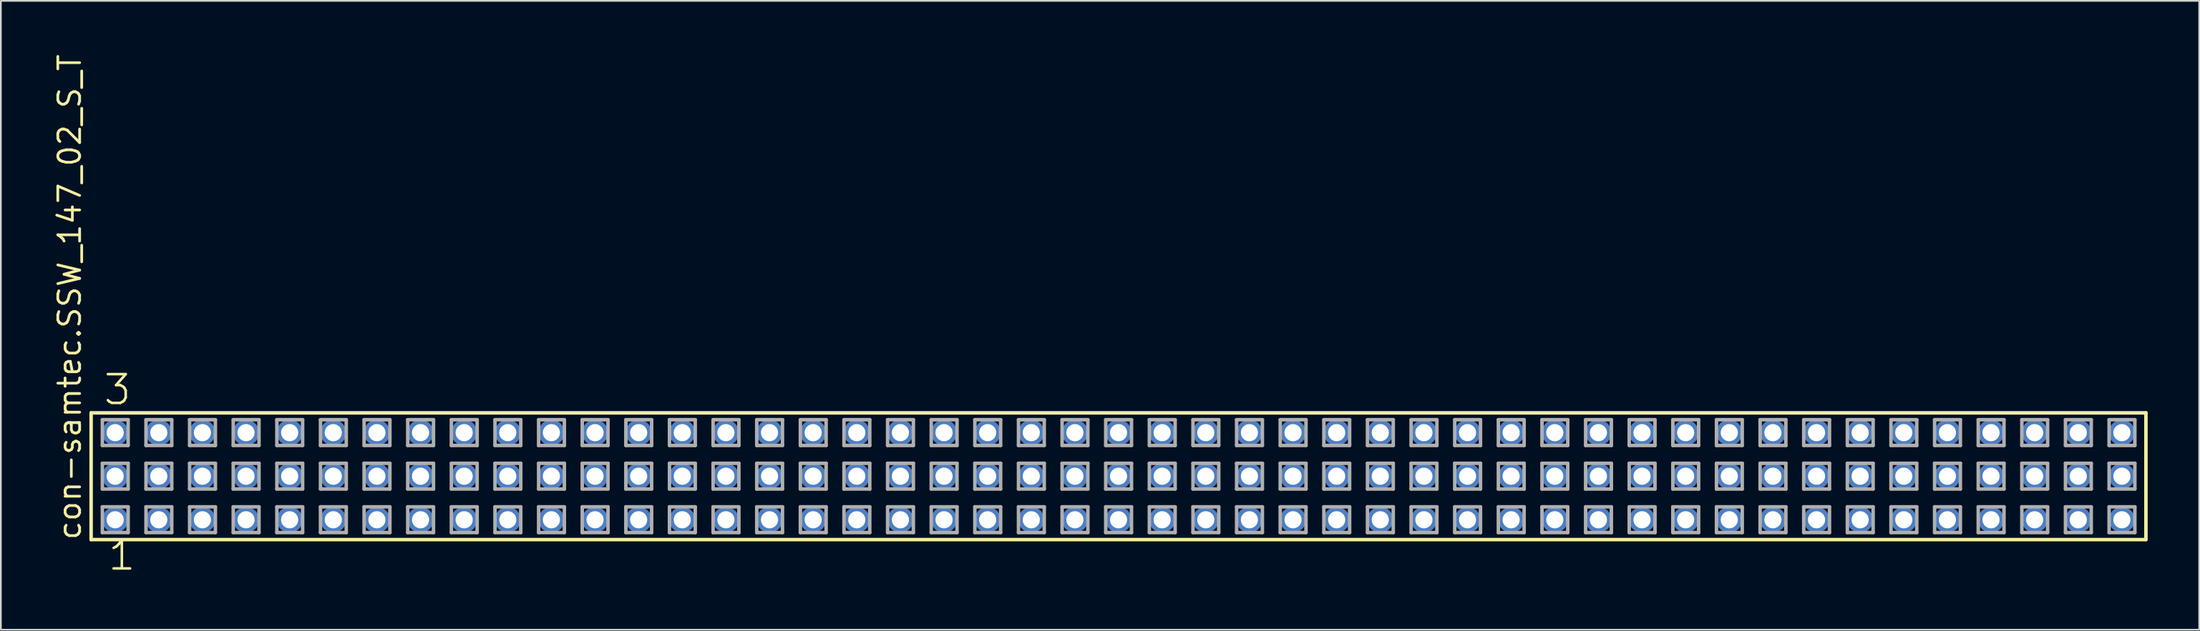
<source format=kicad_pcb>
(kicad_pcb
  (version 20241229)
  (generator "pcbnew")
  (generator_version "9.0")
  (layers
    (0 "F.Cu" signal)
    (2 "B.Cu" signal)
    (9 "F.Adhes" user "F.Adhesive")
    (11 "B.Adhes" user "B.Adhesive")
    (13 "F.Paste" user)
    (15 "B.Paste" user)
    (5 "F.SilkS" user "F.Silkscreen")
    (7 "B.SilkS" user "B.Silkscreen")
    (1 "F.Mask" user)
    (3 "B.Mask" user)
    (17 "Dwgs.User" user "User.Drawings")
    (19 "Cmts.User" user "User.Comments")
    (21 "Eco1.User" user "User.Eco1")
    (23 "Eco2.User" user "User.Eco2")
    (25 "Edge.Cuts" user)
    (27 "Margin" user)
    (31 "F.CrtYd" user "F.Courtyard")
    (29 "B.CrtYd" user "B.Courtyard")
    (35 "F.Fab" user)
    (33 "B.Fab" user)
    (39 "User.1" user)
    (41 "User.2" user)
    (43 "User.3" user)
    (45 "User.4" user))
  (footprint "con-samtec.SSW_147_02_S_T"
    (layer "F.Cu")
    (at 62.075 24.719)
    (property "Reference" "con-samtec.SSW_147_02_S_T" (at -60.325 3.81 90) (layer "F.SilkS") (effects (font (size 1.27 1.27) (thickness 0.16)) (justify left bottom)))
    (attr through_hole)
    (fp_line (start -59.819 -3.695) (end 59.819 -3.695) (stroke (width 0.203) (type default)) (layer "F.SilkS"))
    (fp_line (start -59.819 3.695) (end -59.819 -3.695) (stroke (width 0.203) (type default)) (layer "F.SilkS"))
    (fp_line (start 59.819 -3.695) (end 59.819 3.695) (stroke (width 0.203) (type default)) (layer "F.SilkS"))
    (fp_line (start 59.819 3.695) (end -59.819 3.695) (stroke (width 0.203) (type default)) (layer "F.SilkS"))
    (fp_line (start -59.165 -3.295) (end -57.665 -3.295) (stroke (width 0.203) (type default)) (layer "F.Fab"))
    (fp_line (start -59.165 -1.795) (end -59.165 -3.295) (stroke (width 0.203) (type default)) (layer "F.Fab"))
    (fp_line (start -59.165 -0.755) (end -57.665 -0.755) (stroke (width 0.203) (type default)) (layer "F.Fab"))
    (fp_line (start -59.165 0.745) (end -59.165 -0.755) (stroke (width 0.203) (type default)) (layer "F.Fab"))
    (fp_line (start -59.165 1.785) (end -57.665 1.785) (stroke (width 0.203) (type default)) (layer "F.Fab"))
    (fp_line (start -59.165 3.285) (end -59.165 1.785) (stroke (width 0.203) (type default)) (layer "F.Fab"))
    (fp_line (start -57.665 -3.295) (end -57.665 -1.795) (stroke (width 0.203) (type default)) (layer "F.Fab"))
    (fp_line (start -57.665 -1.795) (end -59.165 -1.795) (stroke (width 0.203) (type default)) (layer "F.Fab"))
    (fp_line (start -57.665 -0.755) (end -57.665 0.745) (stroke (width 0.203) (type default)) (layer "F.Fab"))
    (fp_line (start -57.665 0.745) (end -59.165 0.745) (stroke (width 0.203) (type default)) (layer "F.Fab"))
    (fp_line (start -57.665 1.785) (end -57.665 3.285) (stroke (width 0.203) (type default)) (layer "F.Fab"))
    (fp_line (start -57.665 3.285) (end -59.165 3.285) (stroke (width 0.203) (type default)) (layer "F.Fab"))
    (fp_line (start -56.625 -3.295) (end -55.125 -3.295) (stroke (width 0.203) (type default)) (layer "F.Fab"))
    (fp_line (start -56.625 -1.795) (end -56.625 -3.295) (stroke (width 0.203) (type default)) (layer "F.Fab"))
    (fp_line (start -56.625 -0.755) (end -55.125 -0.755) (stroke (width 0.203) (type default)) (layer "F.Fab"))
    (fp_line (start -56.625 0.745) (end -56.625 -0.755) (stroke (width 0.203) (type default)) (layer "F.Fab"))
    (fp_line (start -56.625 1.785) (end -55.125 1.785) (stroke (width 0.203) (type default)) (layer "F.Fab"))
    (fp_line (start -56.625 3.285) (end -56.625 1.785) (stroke (width 0.203) (type default)) (layer "F.Fab"))
    (fp_line (start -55.125 -3.295) (end -55.125 -1.795) (stroke (width 0.203) (type default)) (layer "F.Fab"))
    (fp_line (start -55.125 -1.795) (end -56.625 -1.795) (stroke (width 0.203) (type default)) (layer "F.Fab"))
    (fp_line (start -55.125 -0.755) (end -55.125 0.745) (stroke (width 0.203) (type default)) (layer "F.Fab"))
    (fp_line (start -55.125 0.745) (end -56.625 0.745) (stroke (width 0.203) (type default)) (layer "F.Fab"))
    (fp_line (start -55.125 1.785) (end -55.125 3.285) (stroke (width 0.203) (type default)) (layer "F.Fab"))
    (fp_line (start -55.125 3.285) (end -56.625 3.285) (stroke (width 0.203) (type default)) (layer "F.Fab"))
    (fp_line (start -54.085 -3.295) (end -52.585 -3.295) (stroke (width 0.203) (type default)) (layer "F.Fab"))
    (fp_line (start -54.085 -1.795) (end -54.085 -3.295) (stroke (width 0.203) (type default)) (layer "F.Fab"))
    (fp_line (start -54.085 -0.755) (end -52.585 -0.755) (stroke (width 0.203) (type default)) (layer "F.Fab"))
    (fp_line (start -54.085 0.745) (end -54.085 -0.755) (stroke (width 0.203) (type default)) (layer "F.Fab"))
    (fp_line (start -54.085 1.785) (end -52.585 1.785) (stroke (width 0.203) (type default)) (layer "F.Fab"))
    (fp_line (start -54.085 3.285) (end -54.085 1.785) (stroke (width 0.203) (type default)) (layer "F.Fab"))
    (fp_line (start -52.585 -3.295) (end -52.585 -1.795) (stroke (width 0.203) (type default)) (layer "F.Fab"))
    (fp_line (start -52.585 -1.795) (end -54.085 -1.795) (stroke (width 0.203) (type default)) (layer "F.Fab"))
    (fp_line (start -52.585 -0.755) (end -52.585 0.745) (stroke (width 0.203) (type default)) (layer "F.Fab"))
    (fp_line (start -52.585 0.745) (end -54.085 0.745) (stroke (width 0.203) (type default)) (layer "F.Fab"))
    (fp_line (start -52.585 1.785) (end -52.585 3.285) (stroke (width 0.203) (type default)) (layer "F.Fab"))
    (fp_line (start -52.585 3.285) (end -54.085 3.285) (stroke (width 0.203) (type default)) (layer "F.Fab"))
    (fp_line (start -51.545 -3.295) (end -50.045 -3.295) (stroke (width 0.203) (type default)) (layer "F.Fab"))
    (fp_line (start -51.545 -1.795) (end -51.545 -3.295) (stroke (width 0.203) (type default)) (layer "F.Fab"))
    (fp_line (start -51.545 -0.755) (end -50.045 -0.755) (stroke (width 0.203) (type default)) (layer "F.Fab"))
    (fp_line (start -51.545 0.745) (end -51.545 -0.755) (stroke (width 0.203) (type default)) (layer "F.Fab"))
    (fp_line (start -51.545 1.785) (end -50.045 1.785) (stroke (width 0.203) (type default)) (layer "F.Fab"))
    (fp_line (start -51.545 3.285) (end -51.545 1.785) (stroke (width 0.203) (type default)) (layer "F.Fab"))
    (fp_line (start -50.045 -3.295) (end -50.045 -1.795) (stroke (width 0.203) (type default)) (layer "F.Fab"))
    (fp_line (start -50.045 -1.795) (end -51.545 -1.795) (stroke (width 0.203) (type default)) (layer "F.Fab"))
    (fp_line (start -50.045 -0.755) (end -50.045 0.745) (stroke (width 0.203) (type default)) (layer "F.Fab"))
    (fp_line (start -50.045 0.745) (end -51.545 0.745) (stroke (width 0.203) (type default)) (layer "F.Fab"))
    (fp_line (start -50.045 1.785) (end -50.045 3.285) (stroke (width 0.203) (type default)) (layer "F.Fab"))
    (fp_line (start -50.045 3.285) (end -51.545 3.285) (stroke (width 0.203) (type default)) (layer "F.Fab"))
    (fp_line (start -49.005 -3.295) (end -47.505 -3.295) (stroke (width 0.203) (type default)) (layer "F.Fab"))
    (fp_line (start -49.005 -1.795) (end -49.005 -3.295) (stroke (width 0.203) (type default)) (layer "F.Fab"))
    (fp_line (start -49.005 -0.755) (end -47.505 -0.755) (stroke (width 0.203) (type default)) (layer "F.Fab"))
    (fp_line (start -49.005 0.745) (end -49.005 -0.755) (stroke (width 0.203) (type default)) (layer "F.Fab"))
    (fp_line (start -49.005 1.785) (end -47.505 1.785) (stroke (width 0.203) (type default)) (layer "F.Fab"))
    (fp_line (start -49.005 3.285) (end -49.005 1.785) (stroke (width 0.203) (type default)) (layer "F.Fab"))
    (fp_line (start -47.505 -3.295) (end -47.505 -1.795) (stroke (width 0.203) (type default)) (layer "F.Fab"))
    (fp_line (start -47.505 -1.795) (end -49.005 -1.795) (stroke (width 0.203) (type default)) (layer "F.Fab"))
    (fp_line (start -47.505 -0.755) (end -47.505 0.745) (stroke (width 0.203) (type default)) (layer "F.Fab"))
    (fp_line (start -47.505 0.745) (end -49.005 0.745) (stroke (width 0.203) (type default)) (layer "F.Fab"))
    (fp_line (start -47.505 1.785) (end -47.505 3.285) (stroke (width 0.203) (type default)) (layer "F.Fab"))
    (fp_line (start -47.505 3.285) (end -49.005 3.285) (stroke (width 0.203) (type default)) (layer "F.Fab"))
    (fp_line (start -46.465 -3.295) (end -44.965 -3.295) (stroke (width 0.203) (type default)) (layer "F.Fab"))
    (fp_line (start -46.465 -1.795) (end -46.465 -3.295) (stroke (width 0.203) (type default)) (layer "F.Fab"))
    (fp_line (start -46.465 -0.755) (end -44.965 -0.755) (stroke (width 0.203) (type default)) (layer "F.Fab"))
    (fp_line (start -46.465 0.745) (end -46.465 -0.755) (stroke (width 0.203) (type default)) (layer "F.Fab"))
    (fp_line (start -46.465 1.785) (end -44.965 1.785) (stroke (width 0.203) (type default)) (layer "F.Fab"))
    (fp_line (start -46.465 3.285) (end -46.465 1.785) (stroke (width 0.203) (type default)) (layer "F.Fab"))
    (fp_line (start -44.965 -3.295) (end -44.965 -1.795) (stroke (width 0.203) (type default)) (layer "F.Fab"))
    (fp_line (start -44.965 -1.795) (end -46.465 -1.795) (stroke (width 0.203) (type default)) (layer "F.Fab"))
    (fp_line (start -44.965 -0.755) (end -44.965 0.745) (stroke (width 0.203) (type default)) (layer "F.Fab"))
    (fp_line (start -44.965 0.745) (end -46.465 0.745) (stroke (width 0.203) (type default)) (layer "F.Fab"))
    (fp_line (start -44.965 1.785) (end -44.965 3.285) (stroke (width 0.203) (type default)) (layer "F.Fab"))
    (fp_line (start -44.965 3.285) (end -46.465 3.285) (stroke (width 0.203) (type default)) (layer "F.Fab"))
    (fp_line (start -43.925 -3.295) (end -42.425 -3.295) (stroke (width 0.203) (type default)) (layer "F.Fab"))
    (fp_line (start -43.925 -1.795) (end -43.925 -3.295) (stroke (width 0.203) (type default)) (layer "F.Fab"))
    (fp_line (start -43.925 -0.755) (end -42.425 -0.755) (stroke (width 0.203) (type default)) (layer "F.Fab"))
    (fp_line (start -43.925 0.745) (end -43.925 -0.755) (stroke (width 0.203) (type default)) (layer "F.Fab"))
    (fp_line (start -43.925 1.785) (end -42.425 1.785) (stroke (width 0.203) (type default)) (layer "F.Fab"))
    (fp_line (start -43.925 3.285) (end -43.925 1.785) (stroke (width 0.203) (type default)) (layer "F.Fab"))
    (fp_line (start -42.425 -3.295) (end -42.425 -1.795) (stroke (width 0.203) (type default)) (layer "F.Fab"))
    (fp_line (start -42.425 -1.795) (end -43.925 -1.795) (stroke (width 0.203) (type default)) (layer "F.Fab"))
    (fp_line (start -42.425 -0.755) (end -42.425 0.745) (stroke (width 0.203) (type default)) (layer "F.Fab"))
    (fp_line (start -42.425 0.745) (end -43.925 0.745) (stroke (width 0.203) (type default)) (layer "F.Fab"))
    (fp_line (start -42.425 1.785) (end -42.425 3.285) (stroke (width 0.203) (type default)) (layer "F.Fab"))
    (fp_line (start -42.425 3.285) (end -43.925 3.285) (stroke (width 0.203) (type default)) (layer "F.Fab"))
    (fp_line (start -41.385 -3.295) (end -39.885 -3.295) (stroke (width 0.203) (type default)) (layer "F.Fab"))
    (fp_line (start -41.385 -1.795) (end -41.385 -3.295) (stroke (width 0.203) (type default)) (layer "F.Fab"))
    (fp_line (start -41.385 -0.755) (end -39.885 -0.755) (stroke (width 0.203) (type default)) (layer "F.Fab"))
    (fp_line (start -41.385 0.745) (end -41.385 -0.755) (stroke (width 0.203) (type default)) (layer "F.Fab"))
    (fp_line (start -41.385 1.785) (end -39.885 1.785) (stroke (width 0.203) (type default)) (layer "F.Fab"))
    (fp_line (start -41.385 3.285) (end -41.385 1.785) (stroke (width 0.203) (type default)) (layer "F.Fab"))
    (fp_line (start -39.885 -3.295) (end -39.885 -1.795) (stroke (width 0.203) (type default)) (layer "F.Fab"))
    (fp_line (start -39.885 -1.795) (end -41.385 -1.795) (stroke (width 0.203) (type default)) (layer "F.Fab"))
    (fp_line (start -39.885 -0.755) (end -39.885 0.745) (stroke (width 0.203) (type default)) (layer "F.Fab"))
    (fp_line (start -39.885 0.745) (end -41.385 0.745) (stroke (width 0.203) (type default)) (layer "F.Fab"))
    (fp_line (start -39.885 1.785) (end -39.885 3.285) (stroke (width 0.203) (type default)) (layer "F.Fab"))
    (fp_line (start -39.885 3.285) (end -41.385 3.285) (stroke (width 0.203) (type default)) (layer "F.Fab"))
    (fp_line (start -38.845 -3.295) (end -37.345 -3.295) (stroke (width 0.203) (type default)) (layer "F.Fab"))
    (fp_line (start -38.845 -1.795) (end -38.845 -3.295) (stroke (width 0.203) (type default)) (layer "F.Fab"))
    (fp_line (start -38.845 -0.755) (end -37.345 -0.755) (stroke (width 0.203) (type default)) (layer "F.Fab"))
    (fp_line (start -38.845 0.745) (end -38.845 -0.755) (stroke (width 0.203) (type default)) (layer "F.Fab"))
    (fp_line (start -38.845 1.785) (end -37.345 1.785) (stroke (width 0.203) (type default)) (layer "F.Fab"))
    (fp_line (start -38.845 3.285) (end -38.845 1.785) (stroke (width 0.203) (type default)) (layer "F.Fab"))
    (fp_line (start -37.345 -3.295) (end -37.345 -1.795) (stroke (width 0.203) (type default)) (layer "F.Fab"))
    (fp_line (start -37.345 -1.795) (end -38.845 -1.795) (stroke (width 0.203) (type default)) (layer "F.Fab"))
    (fp_line (start -37.345 -0.755) (end -37.345 0.745) (stroke (width 0.203) (type default)) (layer "F.Fab"))
    (fp_line (start -37.345 0.745) (end -38.845 0.745) (stroke (width 0.203) (type default)) (layer "F.Fab"))
    (fp_line (start -37.345 1.785) (end -37.345 3.285) (stroke (width 0.203) (type default)) (layer "F.Fab"))
    (fp_line (start -37.345 3.285) (end -38.845 3.285) (stroke (width 0.203) (type default)) (layer "F.Fab"))
    (fp_line (start -36.305 -3.295) (end -34.805 -3.295) (stroke (width 0.203) (type default)) (layer "F.Fab"))
    (fp_line (start -36.305 -1.795) (end -36.305 -3.295) (stroke (width 0.203) (type default)) (layer "F.Fab"))
    (fp_line (start -36.305 -0.755) (end -34.805 -0.755) (stroke (width 0.203) (type default)) (layer "F.Fab"))
    (fp_line (start -36.305 0.745) (end -36.305 -0.755) (stroke (width 0.203) (type default)) (layer "F.Fab"))
    (fp_line (start -36.305 1.785) (end -34.805 1.785) (stroke (width 0.203) (type default)) (layer "F.Fab"))
    (fp_line (start -36.305 3.285) (end -36.305 1.785) (stroke (width 0.203) (type default)) (layer "F.Fab"))
    (fp_line (start -34.805 -3.295) (end -34.805 -1.795) (stroke (width 0.203) (type default)) (layer "F.Fab"))
    (fp_line (start -34.805 -1.795) (end -36.305 -1.795) (stroke (width 0.203) (type default)) (layer "F.Fab"))
    (fp_line (start -34.805 -0.755) (end -34.805 0.745) (stroke (width 0.203) (type default)) (layer "F.Fab"))
    (fp_line (start -34.805 0.745) (end -36.305 0.745) (stroke (width 0.203) (type default)) (layer "F.Fab"))
    (fp_line (start -34.805 1.785) (end -34.805 3.285) (stroke (width 0.203) (type default)) (layer "F.Fab"))
    (fp_line (start -34.805 3.285) (end -36.305 3.285) (stroke (width 0.203) (type default)) (layer "F.Fab"))
    (fp_line (start -33.765 -3.295) (end -32.265 -3.295) (stroke (width 0.203) (type default)) (layer "F.Fab"))
    (fp_line (start -33.765 -1.795) (end -33.765 -3.295) (stroke (width 0.203) (type default)) (layer "F.Fab"))
    (fp_line (start -33.765 -0.755) (end -32.265 -0.755) (stroke (width 0.203) (type default)) (layer "F.Fab"))
    (fp_line (start -33.765 0.745) (end -33.765 -0.755) (stroke (width 0.203) (type default)) (layer "F.Fab"))
    (fp_line (start -33.765 1.785) (end -32.265 1.785) (stroke (width 0.203) (type default)) (layer "F.Fab"))
    (fp_line (start -33.765 3.285) (end -33.765 1.785) (stroke (width 0.203) (type default)) (layer "F.Fab"))
    (fp_line (start -32.265 -3.295) (end -32.265 -1.795) (stroke (width 0.203) (type default)) (layer "F.Fab"))
    (fp_line (start -32.265 -1.795) (end -33.765 -1.795) (stroke (width 0.203) (type default)) (layer "F.Fab"))
    (fp_line (start -32.265 -0.755) (end -32.265 0.745) (stroke (width 0.203) (type default)) (layer "F.Fab"))
    (fp_line (start -32.265 0.745) (end -33.765 0.745) (stroke (width 0.203) (type default)) (layer "F.Fab"))
    (fp_line (start -32.265 1.785) (end -32.265 3.285) (stroke (width 0.203) (type default)) (layer "F.Fab"))
    (fp_line (start -32.265 3.285) (end -33.765 3.285) (stroke (width 0.203) (type default)) (layer "F.Fab"))
    (fp_line (start -31.225 -3.295) (end -29.725 -3.295) (stroke (width 0.203) (type default)) (layer "F.Fab"))
    (fp_line (start -31.225 -1.795) (end -31.225 -3.295) (stroke (width 0.203) (type default)) (layer "F.Fab"))
    (fp_line (start -31.225 -0.755) (end -29.725 -0.755) (stroke (width 0.203) (type default)) (layer "F.Fab"))
    (fp_line (start -31.225 0.745) (end -31.225 -0.755) (stroke (width 0.203) (type default)) (layer "F.Fab"))
    (fp_line (start -31.225 1.785) (end -29.725 1.785) (stroke (width 0.203) (type default)) (layer "F.Fab"))
    (fp_line (start -31.225 3.285) (end -31.225 1.785) (stroke (width 0.203) (type default)) (layer "F.Fab"))
    (fp_line (start -29.725 -3.295) (end -29.725 -1.795) (stroke (width 0.203) (type default)) (layer "F.Fab"))
    (fp_line (start -29.725 -1.795) (end -31.225 -1.795) (stroke (width 0.203) (type default)) (layer "F.Fab"))
    (fp_line (start -29.725 -0.755) (end -29.725 0.745) (stroke (width 0.203) (type default)) (layer "F.Fab"))
    (fp_line (start -29.725 0.745) (end -31.225 0.745) (stroke (width 0.203) (type default)) (layer "F.Fab"))
    (fp_line (start -29.725 1.785) (end -29.725 3.285) (stroke (width 0.203) (type default)) (layer "F.Fab"))
    (fp_line (start -29.725 3.285) (end -31.225 3.285) (stroke (width 0.203) (type default)) (layer "F.Fab"))
    (fp_line (start -28.685 -3.295) (end -27.185 -3.295) (stroke (width 0.203) (type default)) (layer "F.Fab"))
    (fp_line (start -28.685 -1.795) (end -28.685 -3.295) (stroke (width 0.203) (type default)) (layer "F.Fab"))
    (fp_line (start -28.685 -0.755) (end -27.185 -0.755) (stroke (width 0.203) (type default)) (layer "F.Fab"))
    (fp_line (start -28.685 0.745) (end -28.685 -0.755) (stroke (width 0.203) (type default)) (layer "F.Fab"))
    (fp_line (start -28.685 1.785) (end -27.185 1.785) (stroke (width 0.203) (type default)) (layer "F.Fab"))
    (fp_line (start -28.685 3.285) (end -28.685 1.785) (stroke (width 0.203) (type default)) (layer "F.Fab"))
    (fp_line (start -27.185 -3.295) (end -27.185 -1.795) (stroke (width 0.203) (type default)) (layer "F.Fab"))
    (fp_line (start -27.185 -1.795) (end -28.685 -1.795) (stroke (width 0.203) (type default)) (layer "F.Fab"))
    (fp_line (start -27.185 -0.755) (end -27.185 0.745) (stroke (width 0.203) (type default)) (layer "F.Fab"))
    (fp_line (start -27.185 0.745) (end -28.685 0.745) (stroke (width 0.203) (type default)) (layer "F.Fab"))
    (fp_line (start -27.185 1.785) (end -27.185 3.285) (stroke (width 0.203) (type default)) (layer "F.Fab"))
    (fp_line (start -27.185 3.285) (end -28.685 3.285) (stroke (width 0.203) (type default)) (layer "F.Fab"))
    (fp_line (start -26.145 -3.295) (end -24.645 -3.295) (stroke (width 0.203) (type default)) (layer "F.Fab"))
    (fp_line (start -26.145 -1.795) (end -26.145 -3.295) (stroke (width 0.203) (type default)) (layer "F.Fab"))
    (fp_line (start -26.145 -0.755) (end -24.645 -0.755) (stroke (width 0.203) (type default)) (layer "F.Fab"))
    (fp_line (start -26.145 0.745) (end -26.145 -0.755) (stroke (width 0.203) (type default)) (layer "F.Fab"))
    (fp_line (start -26.145 1.785) (end -24.645 1.785) (stroke (width 0.203) (type default)) (layer "F.Fab"))
    (fp_line (start -26.145 3.285) (end -26.145 1.785) (stroke (width 0.203) (type default)) (layer "F.Fab"))
    (fp_line (start -24.645 -3.295) (end -24.645 -1.795) (stroke (width 0.203) (type default)) (layer "F.Fab"))
    (fp_line (start -24.645 -1.795) (end -26.145 -1.795) (stroke (width 0.203) (type default)) (layer "F.Fab"))
    (fp_line (start -24.645 -0.755) (end -24.645 0.745) (stroke (width 0.203) (type default)) (layer "F.Fab"))
    (fp_line (start -24.645 0.745) (end -26.145 0.745) (stroke (width 0.203) (type default)) (layer "F.Fab"))
    (fp_line (start -24.645 1.785) (end -24.645 3.285) (stroke (width 0.203) (type default)) (layer "F.Fab"))
    (fp_line (start -24.645 3.285) (end -26.145 3.285) (stroke (width 0.203) (type default)) (layer "F.Fab"))
    (fp_line (start -23.605 -3.295) (end -22.105 -3.295) (stroke (width 0.203) (type default)) (layer "F.Fab"))
    (fp_line (start -23.605 -1.795) (end -23.605 -3.295) (stroke (width 0.203) (type default)) (layer "F.Fab"))
    (fp_line (start -23.605 -0.755) (end -22.105 -0.755) (stroke (width 0.203) (type default)) (layer "F.Fab"))
    (fp_line (start -23.605 0.745) (end -23.605 -0.755) (stroke (width 0.203) (type default)) (layer "F.Fab"))
    (fp_line (start -23.605 1.785) (end -22.105 1.785) (stroke (width 0.203) (type default)) (layer "F.Fab"))
    (fp_line (start -23.605 3.285) (end -23.605 1.785) (stroke (width 0.203) (type default)) (layer "F.Fab"))
    (fp_line (start -22.105 -3.295) (end -22.105 -1.795) (stroke (width 0.203) (type default)) (layer "F.Fab"))
    (fp_line (start -22.105 -1.795) (end -23.605 -1.795) (stroke (width 0.203) (type default)) (layer "F.Fab"))
    (fp_line (start -22.105 -0.755) (end -22.105 0.745) (stroke (width 0.203) (type default)) (layer "F.Fab"))
    (fp_line (start -22.105 0.745) (end -23.605 0.745) (stroke (width 0.203) (type default)) (layer "F.Fab"))
    (fp_line (start -22.105 1.785) (end -22.105 3.285) (stroke (width 0.203) (type default)) (layer "F.Fab"))
    (fp_line (start -22.105 3.285) (end -23.605 3.285) (stroke (width 0.203) (type default)) (layer "F.Fab"))
    (fp_line (start -21.065 -3.295) (end -19.565 -3.295) (stroke (width 0.203) (type default)) (layer "F.Fab"))
    (fp_line (start -21.065 -1.795) (end -21.065 -3.295) (stroke (width 0.203) (type default)) (layer "F.Fab"))
    (fp_line (start -21.065 -0.755) (end -19.565 -0.755) (stroke (width 0.203) (type default)) (layer "F.Fab"))
    (fp_line (start -21.065 0.745) (end -21.065 -0.755) (stroke (width 0.203) (type default)) (layer "F.Fab"))
    (fp_line (start -21.065 1.785) (end -19.565 1.785) (stroke (width 0.203) (type default)) (layer "F.Fab"))
    (fp_line (start -21.065 3.285) (end -21.065 1.785) (stroke (width 0.203) (type default)) (layer "F.Fab"))
    (fp_line (start -19.565 -3.295) (end -19.565 -1.795) (stroke (width 0.203) (type default)) (layer "F.Fab"))
    (fp_line (start -19.565 -1.795) (end -21.065 -1.795) (stroke (width 0.203) (type default)) (layer "F.Fab"))
    (fp_line (start -19.565 -0.755) (end -19.565 0.745) (stroke (width 0.203) (type default)) (layer "F.Fab"))
    (fp_line (start -19.565 0.745) (end -21.065 0.745) (stroke (width 0.203) (type default)) (layer "F.Fab"))
    (fp_line (start -19.565 1.785) (end -19.565 3.285) (stroke (width 0.203) (type default)) (layer "F.Fab"))
    (fp_line (start -19.565 3.285) (end -21.065 3.285) (stroke (width 0.203) (type default)) (layer "F.Fab"))
    (fp_line (start -18.525 -3.295) (end -17.025 -3.295) (stroke (width 0.203) (type default)) (layer "F.Fab"))
    (fp_line (start -18.525 -1.795) (end -18.525 -3.295) (stroke (width 0.203) (type default)) (layer "F.Fab"))
    (fp_line (start -18.525 -0.755) (end -17.025 -0.755) (stroke (width 0.203) (type default)) (layer "F.Fab"))
    (fp_line (start -18.525 0.745) (end -18.525 -0.755) (stroke (width 0.203) (type default)) (layer "F.Fab"))
    (fp_line (start -18.525 1.785) (end -17.025 1.785) (stroke (width 0.203) (type default)) (layer "F.Fab"))
    (fp_line (start -18.525 3.285) (end -18.525 1.785) (stroke (width 0.203) (type default)) (layer "F.Fab"))
    (fp_line (start -17.025 -3.295) (end -17.025 -1.795) (stroke (width 0.203) (type default)) (layer "F.Fab"))
    (fp_line (start -17.025 -1.795) (end -18.525 -1.795) (stroke (width 0.203) (type default)) (layer "F.Fab"))
    (fp_line (start -17.025 -0.755) (end -17.025 0.745) (stroke (width 0.203) (type default)) (layer "F.Fab"))
    (fp_line (start -17.025 0.745) (end -18.525 0.745) (stroke (width 0.203) (type default)) (layer "F.Fab"))
    (fp_line (start -17.025 1.785) (end -17.025 3.285) (stroke (width 0.203) (type default)) (layer "F.Fab"))
    (fp_line (start -17.025 3.285) (end -18.525 3.285) (stroke (width 0.203) (type default)) (layer "F.Fab"))
    (fp_line (start -15.985 -3.295) (end -14.485 -3.295) (stroke (width 0.203) (type default)) (layer "F.Fab"))
    (fp_line (start -15.985 -1.795) (end -15.985 -3.295) (stroke (width 0.203) (type default)) (layer "F.Fab"))
    (fp_line (start -15.985 -0.755) (end -14.485 -0.755) (stroke (width 0.203) (type default)) (layer "F.Fab"))
    (fp_line (start -15.985 0.745) (end -15.985 -0.755) (stroke (width 0.203) (type default)) (layer "F.Fab"))
    (fp_line (start -15.985 1.785) (end -14.485 1.785) (stroke (width 0.203) (type default)) (layer "F.Fab"))
    (fp_line (start -15.985 3.285) (end -15.985 1.785) (stroke (width 0.203) (type default)) (layer "F.Fab"))
    (fp_line (start -14.485 -3.295) (end -14.485 -1.795) (stroke (width 0.203) (type default)) (layer "F.Fab"))
    (fp_line (start -14.485 -1.795) (end -15.985 -1.795) (stroke (width 0.203) (type default)) (layer "F.Fab"))
    (fp_line (start -14.485 -0.755) (end -14.485 0.745) (stroke (width 0.203) (type default)) (layer "F.Fab"))
    (fp_line (start -14.485 0.745) (end -15.985 0.745) (stroke (width 0.203) (type default)) (layer "F.Fab"))
    (fp_line (start -14.485 1.785) (end -14.485 3.285) (stroke (width 0.203) (type default)) (layer "F.Fab"))
    (fp_line (start -14.485 3.285) (end -15.985 3.285) (stroke (width 0.203) (type default)) (layer "F.Fab"))
    (fp_line (start -13.445 -3.295) (end -11.945 -3.295) (stroke (width 0.203) (type default)) (layer "F.Fab"))
    (fp_line (start -13.445 -1.795) (end -13.445 -3.295) (stroke (width 0.203) (type default)) (layer "F.Fab"))
    (fp_line (start -13.445 -0.755) (end -11.945 -0.755) (stroke (width 0.203) (type default)) (layer "F.Fab"))
    (fp_line (start -13.445 0.745) (end -13.445 -0.755) (stroke (width 0.203) (type default)) (layer "F.Fab"))
    (fp_line (start -13.445 1.785) (end -11.945 1.785) (stroke (width 0.203) (type default)) (layer "F.Fab"))
    (fp_line (start -13.445 3.285) (end -13.445 1.785) (stroke (width 0.203) (type default)) (layer "F.Fab"))
    (fp_line (start -11.945 -3.295) (end -11.945 -1.795) (stroke (width 0.203) (type default)) (layer "F.Fab"))
    (fp_line (start -11.945 -1.795) (end -13.445 -1.795) (stroke (width 0.203) (type default)) (layer "F.Fab"))
    (fp_line (start -11.945 -0.755) (end -11.945 0.745) (stroke (width 0.203) (type default)) (layer "F.Fab"))
    (fp_line (start -11.945 0.745) (end -13.445 0.745) (stroke (width 0.203) (type default)) (layer "F.Fab"))
    (fp_line (start -11.945 1.785) (end -11.945 3.285) (stroke (width 0.203) (type default)) (layer "F.Fab"))
    (fp_line (start -11.945 3.285) (end -13.445 3.285) (stroke (width 0.203) (type default)) (layer "F.Fab"))
    (fp_line (start -10.905 -3.295) (end -9.405 -3.295) (stroke (width 0.203) (type default)) (layer "F.Fab"))
    (fp_line (start -10.905 -1.795) (end -10.905 -3.295) (stroke (width 0.203) (type default)) (layer "F.Fab"))
    (fp_line (start -10.905 -0.755) (end -9.405 -0.755) (stroke (width 0.203) (type default)) (layer "F.Fab"))
    (fp_line (start -10.905 0.745) (end -10.905 -0.755) (stroke (width 0.203) (type default)) (layer "F.Fab"))
    (fp_line (start -10.905 1.785) (end -9.405 1.785) (stroke (width 0.203) (type default)) (layer "F.Fab"))
    (fp_line (start -10.905 3.285) (end -10.905 1.785) (stroke (width 0.203) (type default)) (layer "F.Fab"))
    (fp_line (start -9.405 -3.295) (end -9.405 -1.795) (stroke (width 0.203) (type default)) (layer "F.Fab"))
    (fp_line (start -9.405 -1.795) (end -10.905 -1.795) (stroke (width 0.203) (type default)) (layer "F.Fab"))
    (fp_line (start -9.405 -0.755) (end -9.405 0.745) (stroke (width 0.203) (type default)) (layer "F.Fab"))
    (fp_line (start -9.405 0.745) (end -10.905 0.745) (stroke (width 0.203) (type default)) (layer "F.Fab"))
    (fp_line (start -9.405 1.785) (end -9.405 3.285) (stroke (width 0.203) (type default)) (layer "F.Fab"))
    (fp_line (start -9.405 3.285) (end -10.905 3.285) (stroke (width 0.203) (type default)) (layer "F.Fab"))
    (fp_line (start -8.365 -3.295) (end -6.865 -3.295) (stroke (width 0.203) (type default)) (layer "F.Fab"))
    (fp_line (start -8.365 -1.795) (end -8.365 -3.295) (stroke (width 0.203) (type default)) (layer "F.Fab"))
    (fp_line (start -8.365 -0.755) (end -6.865 -0.755) (stroke (width 0.203) (type default)) (layer "F.Fab"))
    (fp_line (start -8.365 0.745) (end -8.365 -0.755) (stroke (width 0.203) (type default)) (layer "F.Fab"))
    (fp_line (start -8.365 1.785) (end -6.865 1.785) (stroke (width 0.203) (type default)) (layer "F.Fab"))
    (fp_line (start -8.365 3.285) (end -8.365 1.785) (stroke (width 0.203) (type default)) (layer "F.Fab"))
    (fp_line (start -6.865 -3.295) (end -6.865 -1.795) (stroke (width 0.203) (type default)) (layer "F.Fab"))
    (fp_line (start -6.865 -1.795) (end -8.365 -1.795) (stroke (width 0.203) (type default)) (layer "F.Fab"))
    (fp_line (start -6.865 -0.755) (end -6.865 0.745) (stroke (width 0.203) (type default)) (layer "F.Fab"))
    (fp_line (start -6.865 0.745) (end -8.365 0.745) (stroke (width 0.203) (type default)) (layer "F.Fab"))
    (fp_line (start -6.865 1.785) (end -6.865 3.285) (stroke (width 0.203) (type default)) (layer "F.Fab"))
    (fp_line (start -6.865 3.285) (end -8.365 3.285) (stroke (width 0.203) (type default)) (layer "F.Fab"))
    (fp_line (start -5.825 -3.295) (end -4.325 -3.295) (stroke (width 0.203) (type default)) (layer "F.Fab"))
    (fp_line (start -5.825 -1.795) (end -5.825 -3.295) (stroke (width 0.203) (type default)) (layer "F.Fab"))
    (fp_line (start -5.825 -0.755) (end -4.325 -0.755) (stroke (width 0.203) (type default)) (layer "F.Fab"))
    (fp_line (start -5.825 0.745) (end -5.825 -0.755) (stroke (width 0.203) (type default)) (layer "F.Fab"))
    (fp_line (start -5.825 1.785) (end -4.325 1.785) (stroke (width 0.203) (type default)) (layer "F.Fab"))
    (fp_line (start -5.825 3.285) (end -5.825 1.785) (stroke (width 0.203) (type default)) (layer "F.Fab"))
    (fp_line (start -4.325 -3.295) (end -4.325 -1.795) (stroke (width 0.203) (type default)) (layer "F.Fab"))
    (fp_line (start -4.325 -1.795) (end -5.825 -1.795) (stroke (width 0.203) (type default)) (layer "F.Fab"))
    (fp_line (start -4.325 -0.755) (end -4.325 0.745) (stroke (width 0.203) (type default)) (layer "F.Fab"))
    (fp_line (start -4.325 0.745) (end -5.825 0.745) (stroke (width 0.203) (type default)) (layer "F.Fab"))
    (fp_line (start -4.325 1.785) (end -4.325 3.285) (stroke (width 0.203) (type default)) (layer "F.Fab"))
    (fp_line (start -4.325 3.285) (end -5.825 3.285) (stroke (width 0.203) (type default)) (layer "F.Fab"))
    (fp_line (start -3.285 -3.295) (end -1.785 -3.295) (stroke (width 0.203) (type default)) (layer "F.Fab"))
    (fp_line (start -3.285 -1.795) (end -3.285 -3.295) (stroke (width 0.203) (type default)) (layer "F.Fab"))
    (fp_line (start -3.285 -0.755) (end -1.785 -0.755) (stroke (width 0.203) (type default)) (layer "F.Fab"))
    (fp_line (start -3.285 0.745) (end -3.285 -0.755) (stroke (width 0.203) (type default)) (layer "F.Fab"))
    (fp_line (start -3.285 1.785) (end -1.785 1.785) (stroke (width 0.203) (type default)) (layer "F.Fab"))
    (fp_line (start -3.285 3.285) (end -3.285 1.785) (stroke (width 0.203) (type default)) (layer "F.Fab"))
    (fp_line (start -1.785 -3.295) (end -1.785 -1.795) (stroke (width 0.203) (type default)) (layer "F.Fab"))
    (fp_line (start -1.785 -1.795) (end -3.285 -1.795) (stroke (width 0.203) (type default)) (layer "F.Fab"))
    (fp_line (start -1.785 -0.755) (end -1.785 0.745) (stroke (width 0.203) (type default)) (layer "F.Fab"))
    (fp_line (start -1.785 0.745) (end -3.285 0.745) (stroke (width 0.203) (type default)) (layer "F.Fab"))
    (fp_line (start -1.785 1.785) (end -1.785 3.285) (stroke (width 0.203) (type default)) (layer "F.Fab"))
    (fp_line (start -1.785 3.285) (end -3.285 3.285) (stroke (width 0.203) (type default)) (layer "F.Fab"))
    (fp_line (start -0.745 -3.295) (end 0.755 -3.295) (stroke (width 0.203) (type default)) (layer "F.Fab"))
    (fp_line (start -0.745 -1.795) (end -0.745 -3.295) (stroke (width 0.203) (type default)) (layer "F.Fab"))
    (fp_line (start -0.745 -0.755) (end 0.755 -0.755) (stroke (width 0.203) (type default)) (layer "F.Fab"))
    (fp_line (start -0.745 0.745) (end -0.745 -0.755) (stroke (width 0.203) (type default)) (layer "F.Fab"))
    (fp_line (start -0.745 1.785) (end 0.755 1.785) (stroke (width 0.203) (type default)) (layer "F.Fab"))
    (fp_line (start -0.745 3.285) (end -0.745 1.785) (stroke (width 0.203) (type default)) (layer "F.Fab"))
    (fp_line (start 0.755 -3.295) (end 0.755 -1.795) (stroke (width 0.203) (type default)) (layer "F.Fab"))
    (fp_line (start 0.755 -1.795) (end -0.745 -1.795) (stroke (width 0.203) (type default)) (layer "F.Fab"))
    (fp_line (start 0.755 -0.755) (end 0.755 0.745) (stroke (width 0.203) (type default)) (layer "F.Fab"))
    (fp_line (start 0.755 0.745) (end -0.745 0.745) (stroke (width 0.203) (type default)) (layer "F.Fab"))
    (fp_line (start 0.755 1.785) (end 0.755 3.285) (stroke (width 0.203) (type default)) (layer "F.Fab"))
    (fp_line (start 0.755 3.285) (end -0.745 3.285) (stroke (width 0.203) (type default)) (layer "F.Fab"))
    (fp_line (start 1.795 -3.295) (end 3.295 -3.295) (stroke (width 0.203) (type default)) (layer "F.Fab"))
    (fp_line (start 1.795 -1.795) (end 1.795 -3.295) (stroke (width 0.203) (type default)) (layer "F.Fab"))
    (fp_line (start 1.795 -0.755) (end 3.295 -0.755) (stroke (width 0.203) (type default)) (layer "F.Fab"))
    (fp_line (start 1.795 0.745) (end 1.795 -0.755) (stroke (width 0.203) (type default)) (layer "F.Fab"))
    (fp_line (start 1.795 1.785) (end 3.295 1.785) (stroke (width 0.203) (type default)) (layer "F.Fab"))
    (fp_line (start 1.795 3.285) (end 1.795 1.785) (stroke (width 0.203) (type default)) (layer "F.Fab"))
    (fp_line (start 3.295 -3.295) (end 3.295 -1.795) (stroke (width 0.203) (type default)) (layer "F.Fab"))
    (fp_line (start 3.295 -1.795) (end 1.795 -1.795) (stroke (width 0.203) (type default)) (layer "F.Fab"))
    (fp_line (start 3.295 -0.755) (end 3.295 0.745) (stroke (width 0.203) (type default)) (layer "F.Fab"))
    (fp_line (start 3.295 0.745) (end 1.795 0.745) (stroke (width 0.203) (type default)) (layer "F.Fab"))
    (fp_line (start 3.295 1.785) (end 3.295 3.285) (stroke (width 0.203) (type default)) (layer "F.Fab"))
    (fp_line (start 3.295 3.285) (end 1.795 3.285) (stroke (width 0.203) (type default)) (layer "F.Fab"))
    (fp_line (start 4.335 -3.295) (end 5.835 -3.295) (stroke (width 0.203) (type default)) (layer "F.Fab"))
    (fp_line (start 4.335 -1.795) (end 4.335 -3.295) (stroke (width 0.203) (type default)) (layer "F.Fab"))
    (fp_line (start 4.335 -0.755) (end 5.835 -0.755) (stroke (width 0.203) (type default)) (layer "F.Fab"))
    (fp_line (start 4.335 0.745) (end 4.335 -0.755) (stroke (width 0.203) (type default)) (layer "F.Fab"))
    (fp_line (start 4.335 1.785) (end 5.835 1.785) (stroke (width 0.203) (type default)) (layer "F.Fab"))
    (fp_line (start 4.335 3.285) (end 4.335 1.785) (stroke (width 0.203) (type default)) (layer "F.Fab"))
    (fp_line (start 5.835 -3.295) (end 5.835 -1.795) (stroke (width 0.203) (type default)) (layer "F.Fab"))
    (fp_line (start 5.835 -1.795) (end 4.335 -1.795) (stroke (width 0.203) (type default)) (layer "F.Fab"))
    (fp_line (start 5.835 -0.755) (end 5.835 0.745) (stroke (width 0.203) (type default)) (layer "F.Fab"))
    (fp_line (start 5.835 0.745) (end 4.335 0.745) (stroke (width 0.203) (type default)) (layer "F.Fab"))
    (fp_line (start 5.835 1.785) (end 5.835 3.285) (stroke (width 0.203) (type default)) (layer "F.Fab"))
    (fp_line (start 5.835 3.285) (end 4.335 3.285) (stroke (width 0.203) (type default)) (layer "F.Fab"))
    (fp_line (start 6.875 -3.295) (end 8.375 -3.295) (stroke (width 0.203) (type default)) (layer "F.Fab"))
    (fp_line (start 6.875 -1.795) (end 6.875 -3.295) (stroke (width 0.203) (type default)) (layer "F.Fab"))
    (fp_line (start 6.875 -0.755) (end 8.375 -0.755) (stroke (width 0.203) (type default)) (layer "F.Fab"))
    (fp_line (start 6.875 0.745) (end 6.875 -0.755) (stroke (width 0.203) (type default)) (layer "F.Fab"))
    (fp_line (start 6.875 1.785) (end 8.375 1.785) (stroke (width 0.203) (type default)) (layer "F.Fab"))
    (fp_line (start 6.875 3.285) (end 6.875 1.785) (stroke (width 0.203) (type default)) (layer "F.Fab"))
    (fp_line (start 8.375 -3.295) (end 8.375 -1.795) (stroke (width 0.203) (type default)) (layer "F.Fab"))
    (fp_line (start 8.375 -1.795) (end 6.875 -1.795) (stroke (width 0.203) (type default)) (layer "F.Fab"))
    (fp_line (start 8.375 -0.755) (end 8.375 0.745) (stroke (width 0.203) (type default)) (layer "F.Fab"))
    (fp_line (start 8.375 0.745) (end 6.875 0.745) (stroke (width 0.203) (type default)) (layer "F.Fab"))
    (fp_line (start 8.375 1.785) (end 8.375 3.285) (stroke (width 0.203) (type default)) (layer "F.Fab"))
    (fp_line (start 8.375 3.285) (end 6.875 3.285) (stroke (width 0.203) (type default)) (layer "F.Fab"))
    (fp_line (start 9.415 -3.295) (end 10.915 -3.295) (stroke (width 0.203) (type default)) (layer "F.Fab"))
    (fp_line (start 9.415 -1.795) (end 9.415 -3.295) (stroke (width 0.203) (type default)) (layer "F.Fab"))
    (fp_line (start 9.415 -0.755) (end 10.915 -0.755) (stroke (width 0.203) (type default)) (layer "F.Fab"))
    (fp_line (start 9.415 0.745) (end 9.415 -0.755) (stroke (width 0.203) (type default)) (layer "F.Fab"))
    (fp_line (start 9.415 1.785) (end 10.915 1.785) (stroke (width 0.203) (type default)) (layer "F.Fab"))
    (fp_line (start 9.415 3.285) (end 9.415 1.785) (stroke (width 0.203) (type default)) (layer "F.Fab"))
    (fp_line (start 10.915 -3.295) (end 10.915 -1.795) (stroke (width 0.203) (type default)) (layer "F.Fab"))
    (fp_line (start 10.915 -1.795) (end 9.415 -1.795) (stroke (width 0.203) (type default)) (layer "F.Fab"))
    (fp_line (start 10.915 -0.755) (end 10.915 0.745) (stroke (width 0.203) (type default)) (layer "F.Fab"))
    (fp_line (start 10.915 0.745) (end 9.415 0.745) (stroke (width 0.203) (type default)) (layer "F.Fab"))
    (fp_line (start 10.915 1.785) (end 10.915 3.285) (stroke (width 0.203) (type default)) (layer "F.Fab"))
    (fp_line (start 10.915 3.285) (end 9.415 3.285) (stroke (width 0.203) (type default)) (layer "F.Fab"))
    (fp_line (start 11.955 -3.295) (end 13.455 -3.295) (stroke (width 0.203) (type default)) (layer "F.Fab"))
    (fp_line (start 11.955 -1.795) (end 11.955 -3.295) (stroke (width 0.203) (type default)) (layer "F.Fab"))
    (fp_line (start 11.955 -0.755) (end 13.455 -0.755) (stroke (width 0.203) (type default)) (layer "F.Fab"))
    (fp_line (start 11.955 0.745) (end 11.955 -0.755) (stroke (width 0.203) (type default)) (layer "F.Fab"))
    (fp_line (start 11.955 1.785) (end 13.455 1.785) (stroke (width 0.203) (type default)) (layer "F.Fab"))
    (fp_line (start 11.955 3.285) (end 11.955 1.785) (stroke (width 0.203) (type default)) (layer "F.Fab"))
    (fp_line (start 13.455 -3.295) (end 13.455 -1.795) (stroke (width 0.203) (type default)) (layer "F.Fab"))
    (fp_line (start 13.455 -1.795) (end 11.955 -1.795) (stroke (width 0.203) (type default)) (layer "F.Fab"))
    (fp_line (start 13.455 -0.755) (end 13.455 0.745) (stroke (width 0.203) (type default)) (layer "F.Fab"))
    (fp_line (start 13.455 0.745) (end 11.955 0.745) (stroke (width 0.203) (type default)) (layer "F.Fab"))
    (fp_line (start 13.455 1.785) (end 13.455 3.285) (stroke (width 0.203) (type default)) (layer "F.Fab"))
    (fp_line (start 13.455 3.285) (end 11.955 3.285) (stroke (width 0.203) (type default)) (layer "F.Fab"))
    (fp_line (start 14.495 -3.295) (end 15.995 -3.295) (stroke (width 0.203) (type default)) (layer "F.Fab"))
    (fp_line (start 14.495 -1.795) (end 14.495 -3.295) (stroke (width 0.203) (type default)) (layer "F.Fab"))
    (fp_line (start 14.495 -0.755) (end 15.995 -0.755) (stroke (width 0.203) (type default)) (layer "F.Fab"))
    (fp_line (start 14.495 0.745) (end 14.495 -0.755) (stroke (width 0.203) (type default)) (layer "F.Fab"))
    (fp_line (start 14.495 1.785) (end 15.995 1.785) (stroke (width 0.203) (type default)) (layer "F.Fab"))
    (fp_line (start 14.495 3.285) (end 14.495 1.785) (stroke (width 0.203) (type default)) (layer "F.Fab"))
    (fp_line (start 15.995 -3.295) (end 15.995 -1.795) (stroke (width 0.203) (type default)) (layer "F.Fab"))
    (fp_line (start 15.995 -1.795) (end 14.495 -1.795) (stroke (width 0.203) (type default)) (layer "F.Fab"))
    (fp_line (start 15.995 -0.755) (end 15.995 0.745) (stroke (width 0.203) (type default)) (layer "F.Fab"))
    (fp_line (start 15.995 0.745) (end 14.495 0.745) (stroke (width 0.203) (type default)) (layer "F.Fab"))
    (fp_line (start 15.995 1.785) (end 15.995 3.285) (stroke (width 0.203) (type default)) (layer "F.Fab"))
    (fp_line (start 15.995 3.285) (end 14.495 3.285) (stroke (width 0.203) (type default)) (layer "F.Fab"))
    (fp_line (start 17.035 -3.295) (end 18.535 -3.295) (stroke (width 0.203) (type default)) (layer "F.Fab"))
    (fp_line (start 17.035 -1.795) (end 17.035 -3.295) (stroke (width 0.203) (type default)) (layer "F.Fab"))
    (fp_line (start 17.035 -0.755) (end 18.535 -0.755) (stroke (width 0.203) (type default)) (layer "F.Fab"))
    (fp_line (start 17.035 0.745) (end 17.035 -0.755) (stroke (width 0.203) (type default)) (layer "F.Fab"))
    (fp_line (start 17.035 1.785) (end 18.535 1.785) (stroke (width 0.203) (type default)) (layer "F.Fab"))
    (fp_line (start 17.035 3.285) (end 17.035 1.785) (stroke (width 0.203) (type default)) (layer "F.Fab"))
    (fp_line (start 18.535 -3.295) (end 18.535 -1.795) (stroke (width 0.203) (type default)) (layer "F.Fab"))
    (fp_line (start 18.535 -1.795) (end 17.035 -1.795) (stroke (width 0.203) (type default)) (layer "F.Fab"))
    (fp_line (start 18.535 -0.755) (end 18.535 0.745) (stroke (width 0.203) (type default)) (layer "F.Fab"))
    (fp_line (start 18.535 0.745) (end 17.035 0.745) (stroke (width 0.203) (type default)) (layer "F.Fab"))
    (fp_line (start 18.535 1.785) (end 18.535 3.285) (stroke (width 0.203) (type default)) (layer "F.Fab"))
    (fp_line (start 18.535 3.285) (end 17.035 3.285) (stroke (width 0.203) (type default)) (layer "F.Fab"))
    (fp_line (start 19.575 -3.295) (end 21.075 -3.295) (stroke (width 0.203) (type default)) (layer "F.Fab"))
    (fp_line (start 19.575 -1.795) (end 19.575 -3.295) (stroke (width 0.203) (type default)) (layer "F.Fab"))
    (fp_line (start 19.575 -0.755) (end 21.075 -0.755) (stroke (width 0.203) (type default)) (layer "F.Fab"))
    (fp_line (start 19.575 0.745) (end 19.575 -0.755) (stroke (width 0.203) (type default)) (layer "F.Fab"))
    (fp_line (start 19.575 1.785) (end 21.075 1.785) (stroke (width 0.203) (type default)) (layer "F.Fab"))
    (fp_line (start 19.575 3.285) (end 19.575 1.785) (stroke (width 0.203) (type default)) (layer "F.Fab"))
    (fp_line (start 21.075 -3.295) (end 21.075 -1.795) (stroke (width 0.203) (type default)) (layer "F.Fab"))
    (fp_line (start 21.075 -1.795) (end 19.575 -1.795) (stroke (width 0.203) (type default)) (layer "F.Fab"))
    (fp_line (start 21.075 -0.755) (end 21.075 0.745) (stroke (width 0.203) (type default)) (layer "F.Fab"))
    (fp_line (start 21.075 0.745) (end 19.575 0.745) (stroke (width 0.203) (type default)) (layer "F.Fab"))
    (fp_line (start 21.075 1.785) (end 21.075 3.285) (stroke (width 0.203) (type default)) (layer "F.Fab"))
    (fp_line (start 21.075 3.285) (end 19.575 3.285) (stroke (width 0.203) (type default)) (layer "F.Fab"))
    (fp_line (start 22.115 -3.295) (end 23.615 -3.295) (stroke (width 0.203) (type default)) (layer "F.Fab"))
    (fp_line (start 22.115 -1.795) (end 22.115 -3.295) (stroke (width 0.203) (type default)) (layer "F.Fab"))
    (fp_line (start 22.115 -0.755) (end 23.615 -0.755) (stroke (width 0.203) (type default)) (layer "F.Fab"))
    (fp_line (start 22.115 0.745) (end 22.115 -0.755) (stroke (width 0.203) (type default)) (layer "F.Fab"))
    (fp_line (start 22.115 1.785) (end 23.615 1.785) (stroke (width 0.203) (type default)) (layer "F.Fab"))
    (fp_line (start 22.115 3.285) (end 22.115 1.785) (stroke (width 0.203) (type default)) (layer "F.Fab"))
    (fp_line (start 23.615 -3.295) (end 23.615 -1.795) (stroke (width 0.203) (type default)) (layer "F.Fab"))
    (fp_line (start 23.615 -1.795) (end 22.115 -1.795) (stroke (width 0.203) (type default)) (layer "F.Fab"))
    (fp_line (start 23.615 -0.755) (end 23.615 0.745) (stroke (width 0.203) (type default)) (layer "F.Fab"))
    (fp_line (start 23.615 0.745) (end 22.115 0.745) (stroke (width 0.203) (type default)) (layer "F.Fab"))
    (fp_line (start 23.615 1.785) (end 23.615 3.285) (stroke (width 0.203) (type default)) (layer "F.Fab"))
    (fp_line (start 23.615 3.285) (end 22.115 3.285) (stroke (width 0.203) (type default)) (layer "F.Fab"))
    (fp_line (start 24.655 -3.295) (end 26.155 -3.295) (stroke (width 0.203) (type default)) (layer "F.Fab"))
    (fp_line (start 24.655 -1.795) (end 24.655 -3.295) (stroke (width 0.203) (type default)) (layer "F.Fab"))
    (fp_line (start 24.655 -0.755) (end 26.155 -0.755) (stroke (width 0.203) (type default)) (layer "F.Fab"))
    (fp_line (start 24.655 0.745) (end 24.655 -0.755) (stroke (width 0.203) (type default)) (layer "F.Fab"))
    (fp_line (start 24.655 1.785) (end 26.155 1.785) (stroke (width 0.203) (type default)) (layer "F.Fab"))
    (fp_line (start 24.655 3.285) (end 24.655 1.785) (stroke (width 0.203) (type default)) (layer "F.Fab"))
    (fp_line (start 26.155 -3.295) (end 26.155 -1.795) (stroke (width 0.203) (type default)) (layer "F.Fab"))
    (fp_line (start 26.155 -1.795) (end 24.655 -1.795) (stroke (width 0.203) (type default)) (layer "F.Fab"))
    (fp_line (start 26.155 -0.755) (end 26.155 0.745) (stroke (width 0.203) (type default)) (layer "F.Fab"))
    (fp_line (start 26.155 0.745) (end 24.655 0.745) (stroke (width 0.203) (type default)) (layer "F.Fab"))
    (fp_line (start 26.155 1.785) (end 26.155 3.285) (stroke (width 0.203) (type default)) (layer "F.Fab"))
    (fp_line (start 26.155 3.285) (end 24.655 3.285) (stroke (width 0.203) (type default)) (layer "F.Fab"))
    (fp_line (start 27.195 -3.295) (end 28.695 -3.295) (stroke (width 0.203) (type default)) (layer "F.Fab"))
    (fp_line (start 27.195 -1.795) (end 27.195 -3.295) (stroke (width 0.203) (type default)) (layer "F.Fab"))
    (fp_line (start 27.195 -0.755) (end 28.695 -0.755) (stroke (width 0.203) (type default)) (layer "F.Fab"))
    (fp_line (start 27.195 0.745) (end 27.195 -0.755) (stroke (width 0.203) (type default)) (layer "F.Fab"))
    (fp_line (start 27.195 1.785) (end 28.695 1.785) (stroke (width 0.203) (type default)) (layer "F.Fab"))
    (fp_line (start 27.195 3.285) (end 27.195 1.785) (stroke (width 0.203) (type default)) (layer "F.Fab"))
    (fp_line (start 28.695 -3.295) (end 28.695 -1.795) (stroke (width 0.203) (type default)) (layer "F.Fab"))
    (fp_line (start 28.695 -1.795) (end 27.195 -1.795) (stroke (width 0.203) (type default)) (layer "F.Fab"))
    (fp_line (start 28.695 -0.755) (end 28.695 0.745) (stroke (width 0.203) (type default)) (layer "F.Fab"))
    (fp_line (start 28.695 0.745) (end 27.195 0.745) (stroke (width 0.203) (type default)) (layer "F.Fab"))
    (fp_line (start 28.695 1.785) (end 28.695 3.285) (stroke (width 0.203) (type default)) (layer "F.Fab"))
    (fp_line (start 28.695 3.285) (end 27.195 3.285) (stroke (width 0.203) (type default)) (layer "F.Fab"))
    (fp_line (start 29.735 -3.295) (end 31.235 -3.295) (stroke (width 0.203) (type default)) (layer "F.Fab"))
    (fp_line (start 29.735 -1.795) (end 29.735 -3.295) (stroke (width 0.203) (type default)) (layer "F.Fab"))
    (fp_line (start 29.735 -0.755) (end 31.235 -0.755) (stroke (width 0.203) (type default)) (layer "F.Fab"))
    (fp_line (start 29.735 0.745) (end 29.735 -0.755) (stroke (width 0.203) (type default)) (layer "F.Fab"))
    (fp_line (start 29.735 1.785) (end 31.235 1.785) (stroke (width 0.203) (type default)) (layer "F.Fab"))
    (fp_line (start 29.735 3.285) (end 29.735 1.785) (stroke (width 0.203) (type default)) (layer "F.Fab"))
    (fp_line (start 31.235 -3.295) (end 31.235 -1.795) (stroke (width 0.203) (type default)) (layer "F.Fab"))
    (fp_line (start 31.235 -1.795) (end 29.735 -1.795) (stroke (width 0.203) (type default)) (layer "F.Fab"))
    (fp_line (start 31.235 -0.755) (end 31.235 0.745) (stroke (width 0.203) (type default)) (layer "F.Fab"))
    (fp_line (start 31.235 0.745) (end 29.735 0.745) (stroke (width 0.203) (type default)) (layer "F.Fab"))
    (fp_line (start 31.235 1.785) (end 31.235 3.285) (stroke (width 0.203) (type default)) (layer "F.Fab"))
    (fp_line (start 31.235 3.285) (end 29.735 3.285) (stroke (width 0.203) (type default)) (layer "F.Fab"))
    (fp_line (start 32.275 -3.295) (end 33.775 -3.295) (stroke (width 0.203) (type default)) (layer "F.Fab"))
    (fp_line (start 32.275 -1.795) (end 32.275 -3.295) (stroke (width 0.203) (type default)) (layer "F.Fab"))
    (fp_line (start 32.275 -0.755) (end 33.775 -0.755) (stroke (width 0.203) (type default)) (layer "F.Fab"))
    (fp_line (start 32.275 0.745) (end 32.275 -0.755) (stroke (width 0.203) (type default)) (layer "F.Fab"))
    (fp_line (start 32.275 1.785) (end 33.775 1.785) (stroke (width 0.203) (type default)) (layer "F.Fab"))
    (fp_line (start 32.275 3.285) (end 32.275 1.785) (stroke (width 0.203) (type default)) (layer "F.Fab"))
    (fp_line (start 33.775 -3.295) (end 33.775 -1.795) (stroke (width 0.203) (type default)) (layer "F.Fab"))
    (fp_line (start 33.775 -1.795) (end 32.275 -1.795) (stroke (width 0.203) (type default)) (layer "F.Fab"))
    (fp_line (start 33.775 -0.755) (end 33.775 0.745) (stroke (width 0.203) (type default)) (layer "F.Fab"))
    (fp_line (start 33.775 0.745) (end 32.275 0.745) (stroke (width 0.203) (type default)) (layer "F.Fab"))
    (fp_line (start 33.775 1.785) (end 33.775 3.285) (stroke (width 0.203) (type default)) (layer "F.Fab"))
    (fp_line (start 33.775 3.285) (end 32.275 3.285) (stroke (width 0.203) (type default)) (layer "F.Fab"))
    (fp_line (start 34.815 -3.295) (end 36.315 -3.295) (stroke (width 0.203) (type default)) (layer "F.Fab"))
    (fp_line (start 34.815 -1.795) (end 34.815 -3.295) (stroke (width 0.203) (type default)) (layer "F.Fab"))
    (fp_line (start 34.815 -0.755) (end 36.315 -0.755) (stroke (width 0.203) (type default)) (layer "F.Fab"))
    (fp_line (start 34.815 0.745) (end 34.815 -0.755) (stroke (width 0.203) (type default)) (layer "F.Fab"))
    (fp_line (start 34.815 1.785) (end 36.315 1.785) (stroke (width 0.203) (type default)) (layer "F.Fab"))
    (fp_line (start 34.815 3.285) (end 34.815 1.785) (stroke (width 0.203) (type default)) (layer "F.Fab"))
    (fp_line (start 36.315 -3.295) (end 36.315 -1.795) (stroke (width 0.203) (type default)) (layer "F.Fab"))
    (fp_line (start 36.315 -1.795) (end 34.815 -1.795) (stroke (width 0.203) (type default)) (layer "F.Fab"))
    (fp_line (start 36.315 -0.755) (end 36.315 0.745) (stroke (width 0.203) (type default)) (layer "F.Fab"))
    (fp_line (start 36.315 0.745) (end 34.815 0.745) (stroke (width 0.203) (type default)) (layer "F.Fab"))
    (fp_line (start 36.315 1.785) (end 36.315 3.285) (stroke (width 0.203) (type default)) (layer "F.Fab"))
    (fp_line (start 36.315 3.285) (end 34.815 3.285) (stroke (width 0.203) (type default)) (layer "F.Fab"))
    (fp_line (start 37.355 -3.295) (end 38.855 -3.295) (stroke (width 0.203) (type default)) (layer "F.Fab"))
    (fp_line (start 37.355 -1.795) (end 37.355 -3.295) (stroke (width 0.203) (type default)) (layer "F.Fab"))
    (fp_line (start 37.355 -0.755) (end 38.855 -0.755) (stroke (width 0.203) (type default)) (layer "F.Fab"))
    (fp_line (start 37.355 0.745) (end 37.355 -0.755) (stroke (width 0.203) (type default)) (layer "F.Fab"))
    (fp_line (start 37.355 1.785) (end 38.855 1.785) (stroke (width 0.203) (type default)) (layer "F.Fab"))
    (fp_line (start 37.355 3.285) (end 37.355 1.785) (stroke (width 0.203) (type default)) (layer "F.Fab"))
    (fp_line (start 38.855 -3.295) (end 38.855 -1.795) (stroke (width 0.203) (type default)) (layer "F.Fab"))
    (fp_line (start 38.855 -1.795) (end 37.355 -1.795) (stroke (width 0.203) (type default)) (layer "F.Fab"))
    (fp_line (start 38.855 -0.755) (end 38.855 0.745) (stroke (width 0.203) (type default)) (layer "F.Fab"))
    (fp_line (start 38.855 0.745) (end 37.355 0.745) (stroke (width 0.203) (type default)) (layer "F.Fab"))
    (fp_line (start 38.855 1.785) (end 38.855 3.285) (stroke (width 0.203) (type default)) (layer "F.Fab"))
    (fp_line (start 38.855 3.285) (end 37.355 3.285) (stroke (width 0.203) (type default)) (layer "F.Fab"))
    (fp_line (start 39.895 -3.295) (end 41.395 -3.295) (stroke (width 0.203) (type default)) (layer "F.Fab"))
    (fp_line (start 39.895 -1.795) (end 39.895 -3.295) (stroke (width 0.203) (type default)) (layer "F.Fab"))
    (fp_line (start 39.895 -0.755) (end 41.395 -0.755) (stroke (width 0.203) (type default)) (layer "F.Fab"))
    (fp_line (start 39.895 0.745) (end 39.895 -0.755) (stroke (width 0.203) (type default)) (layer "F.Fab"))
    (fp_line (start 39.895 1.785) (end 41.395 1.785) (stroke (width 0.203) (type default)) (layer "F.Fab"))
    (fp_line (start 39.895 3.285) (end 39.895 1.785) (stroke (width 0.203) (type default)) (layer "F.Fab"))
    (fp_line (start 41.395 -3.295) (end 41.395 -1.795) (stroke (width 0.203) (type default)) (layer "F.Fab"))
    (fp_line (start 41.395 -1.795) (end 39.895 -1.795) (stroke (width 0.203) (type default)) (layer "F.Fab"))
    (fp_line (start 41.395 -0.755) (end 41.395 0.745) (stroke (width 0.203) (type default)) (layer "F.Fab"))
    (fp_line (start 41.395 0.745) (end 39.895 0.745) (stroke (width 0.203) (type default)) (layer "F.Fab"))
    (fp_line (start 41.395 1.785) (end 41.395 3.285) (stroke (width 0.203) (type default)) (layer "F.Fab"))
    (fp_line (start 41.395 3.285) (end 39.895 3.285) (stroke (width 0.203) (type default)) (layer "F.Fab"))
    (fp_line (start 42.435 -3.295) (end 43.935 -3.295) (stroke (width 0.203) (type default)) (layer "F.Fab"))
    (fp_line (start 42.435 -1.795) (end 42.435 -3.295) (stroke (width 0.203) (type default)) (layer "F.Fab"))
    (fp_line (start 42.435 -0.755) (end 43.935 -0.755) (stroke (width 0.203) (type default)) (layer "F.Fab"))
    (fp_line (start 42.435 0.745) (end 42.435 -0.755) (stroke (width 0.203) (type default)) (layer "F.Fab"))
    (fp_line (start 42.435 1.785) (end 43.935 1.785) (stroke (width 0.203) (type default)) (layer "F.Fab"))
    (fp_line (start 42.435 3.285) (end 42.435 1.785) (stroke (width 0.203) (type default)) (layer "F.Fab"))
    (fp_line (start 43.935 -3.295) (end 43.935 -1.795) (stroke (width 0.203) (type default)) (layer "F.Fab"))
    (fp_line (start 43.935 -1.795) (end 42.435 -1.795) (stroke (width 0.203) (type default)) (layer "F.Fab"))
    (fp_line (start 43.935 -0.755) (end 43.935 0.745) (stroke (width 0.203) (type default)) (layer "F.Fab"))
    (fp_line (start 43.935 0.745) (end 42.435 0.745) (stroke (width 0.203) (type default)) (layer "F.Fab"))
    (fp_line (start 43.935 1.785) (end 43.935 3.285) (stroke (width 0.203) (type default)) (layer "F.Fab"))
    (fp_line (start 43.935 3.285) (end 42.435 3.285) (stroke (width 0.203) (type default)) (layer "F.Fab"))
    (fp_line (start 44.975 -3.295) (end 46.475 -3.295) (stroke (width 0.203) (type default)) (layer "F.Fab"))
    (fp_line (start 44.975 -1.795) (end 44.975 -3.295) (stroke (width 0.203) (type default)) (layer "F.Fab"))
    (fp_line (start 44.975 -0.755) (end 46.475 -0.755) (stroke (width 0.203) (type default)) (layer "F.Fab"))
    (fp_line (start 44.975 0.745) (end 44.975 -0.755) (stroke (width 0.203) (type default)) (layer "F.Fab"))
    (fp_line (start 44.975 1.785) (end 46.475 1.785) (stroke (width 0.203) (type default)) (layer "F.Fab"))
    (fp_line (start 44.975 3.285) (end 44.975 1.785) (stroke (width 0.203) (type default)) (layer "F.Fab"))
    (fp_line (start 46.475 -3.295) (end 46.475 -1.795) (stroke (width 0.203) (type default)) (layer "F.Fab"))
    (fp_line (start 46.475 -1.795) (end 44.975 -1.795) (stroke (width 0.203) (type default)) (layer "F.Fab"))
    (fp_line (start 46.475 -0.755) (end 46.475 0.745) (stroke (width 0.203) (type default)) (layer "F.Fab"))
    (fp_line (start 46.475 0.745) (end 44.975 0.745) (stroke (width 0.203) (type default)) (layer "F.Fab"))
    (fp_line (start 46.475 1.785) (end 46.475 3.285) (stroke (width 0.203) (type default)) (layer "F.Fab"))
    (fp_line (start 46.475 3.285) (end 44.975 3.285) (stroke (width 0.203) (type default)) (layer "F.Fab"))
    (fp_line (start 47.515 -3.295) (end 49.015 -3.295) (stroke (width 0.203) (type default)) (layer "F.Fab"))
    (fp_line (start 47.515 -1.795) (end 47.515 -3.295) (stroke (width 0.203) (type default)) (layer "F.Fab"))
    (fp_line (start 47.515 -0.755) (end 49.015 -0.755) (stroke (width 0.203) (type default)) (layer "F.Fab"))
    (fp_line (start 47.515 0.745) (end 47.515 -0.755) (stroke (width 0.203) (type default)) (layer "F.Fab"))
    (fp_line (start 47.515 1.785) (end 49.015 1.785) (stroke (width 0.203) (type default)) (layer "F.Fab"))
    (fp_line (start 47.515 3.285) (end 47.515 1.785) (stroke (width 0.203) (type default)) (layer "F.Fab"))
    (fp_line (start 49.015 -3.295) (end 49.015 -1.795) (stroke (width 0.203) (type default)) (layer "F.Fab"))
    (fp_line (start 49.015 -1.795) (end 47.515 -1.795) (stroke (width 0.203) (type default)) (layer "F.Fab"))
    (fp_line (start 49.015 -0.755) (end 49.015 0.745) (stroke (width 0.203) (type default)) (layer "F.Fab"))
    (fp_line (start 49.015 0.745) (end 47.515 0.745) (stroke (width 0.203) (type default)) (layer "F.Fab"))
    (fp_line (start 49.015 1.785) (end 49.015 3.285) (stroke (width 0.203) (type default)) (layer "F.Fab"))
    (fp_line (start 49.015 3.285) (end 47.515 3.285) (stroke (width 0.203) (type default)) (layer "F.Fab"))
    (fp_line (start 50.055 -3.295) (end 51.555 -3.295) (stroke (width 0.203) (type default)) (layer "F.Fab"))
    (fp_line (start 50.055 -1.795) (end 50.055 -3.295) (stroke (width 0.203) (type default)) (layer "F.Fab"))
    (fp_line (start 50.055 -0.755) (end 51.555 -0.755) (stroke (width 0.203) (type default)) (layer "F.Fab"))
    (fp_line (start 50.055 0.745) (end 50.055 -0.755) (stroke (width 0.203) (type default)) (layer "F.Fab"))
    (fp_line (start 50.055 1.785) (end 51.555 1.785) (stroke (width 0.203) (type default)) (layer "F.Fab"))
    (fp_line (start 50.055 3.285) (end 50.055 1.785) (stroke (width 0.203) (type default)) (layer "F.Fab"))
    (fp_line (start 51.555 -3.295) (end 51.555 -1.795) (stroke (width 0.203) (type default)) (layer "F.Fab"))
    (fp_line (start 51.555 -1.795) (end 50.055 -1.795) (stroke (width 0.203) (type default)) (layer "F.Fab"))
    (fp_line (start 51.555 -0.755) (end 51.555 0.745) (stroke (width 0.203) (type default)) (layer "F.Fab"))
    (fp_line (start 51.555 0.745) (end 50.055 0.745) (stroke (width 0.203) (type default)) (layer "F.Fab"))
    (fp_line (start 51.555 1.785) (end 51.555 3.285) (stroke (width 0.203) (type default)) (layer "F.Fab"))
    (fp_line (start 51.555 3.285) (end 50.055 3.285) (stroke (width 0.203) (type default)) (layer "F.Fab"))
    (fp_line (start 52.595 -3.295) (end 54.095 -3.295) (stroke (width 0.203) (type default)) (layer "F.Fab"))
    (fp_line (start 52.595 -1.795) (end 52.595 -3.295) (stroke (width 0.203) (type default)) (layer "F.Fab"))
    (fp_line (start 52.595 -0.755) (end 54.095 -0.755) (stroke (width 0.203) (type default)) (layer "F.Fab"))
    (fp_line (start 52.595 0.745) (end 52.595 -0.755) (stroke (width 0.203) (type default)) (layer "F.Fab"))
    (fp_line (start 52.595 1.785) (end 54.095 1.785) (stroke (width 0.203) (type default)) (layer "F.Fab"))
    (fp_line (start 52.595 3.285) (end 52.595 1.785) (stroke (width 0.203) (type default)) (layer "F.Fab"))
    (fp_line (start 54.095 -3.295) (end 54.095 -1.795) (stroke (width 0.203) (type default)) (layer "F.Fab"))
    (fp_line (start 54.095 -1.795) (end 52.595 -1.795) (stroke (width 0.203) (type default)) (layer "F.Fab"))
    (fp_line (start 54.095 -0.755) (end 54.095 0.745) (stroke (width 0.203) (type default)) (layer "F.Fab"))
    (fp_line (start 54.095 0.745) (end 52.595 0.745) (stroke (width 0.203) (type default)) (layer "F.Fab"))
    (fp_line (start 54.095 1.785) (end 54.095 3.285) (stroke (width 0.203) (type default)) (layer "F.Fab"))
    (fp_line (start 54.095 3.285) (end 52.595 3.285) (stroke (width 0.203) (type default)) (layer "F.Fab"))
    (fp_line (start 55.135 -3.295) (end 56.635 -3.295) (stroke (width 0.203) (type default)) (layer "F.Fab"))
    (fp_line (start 55.135 -1.795) (end 55.135 -3.295) (stroke (width 0.203) (type default)) (layer "F.Fab"))
    (fp_line (start 55.135 -0.755) (end 56.635 -0.755) (stroke (width 0.203) (type default)) (layer "F.Fab"))
    (fp_line (start 55.135 0.745) (end 55.135 -0.755) (stroke (width 0.203) (type default)) (layer "F.Fab"))
    (fp_line (start 55.135 1.785) (end 56.635 1.785) (stroke (width 0.203) (type default)) (layer "F.Fab"))
    (fp_line (start 55.135 3.285) (end 55.135 1.785) (stroke (width 0.203) (type default)) (layer "F.Fab"))
    (fp_line (start 56.635 -3.295) (end 56.635 -1.795) (stroke (width 0.203) (type default)) (layer "F.Fab"))
    (fp_line (start 56.635 -1.795) (end 55.135 -1.795) (stroke (width 0.203) (type default)) (layer "F.Fab"))
    (fp_line (start 56.635 -0.755) (end 56.635 0.745) (stroke (width 0.203) (type default)) (layer "F.Fab"))
    (fp_line (start 56.635 0.745) (end 55.135 0.745) (stroke (width 0.203) (type default)) (layer "F.Fab"))
    (fp_line (start 56.635 1.785) (end 56.635 3.285) (stroke (width 0.203) (type default)) (layer "F.Fab"))
    (fp_line (start 56.635 3.285) (end 55.135 3.285) (stroke (width 0.203) (type default)) (layer "F.Fab"))
    (fp_line (start 57.675 -3.295) (end 59.175 -3.295) (stroke (width 0.203) (type default)) (layer "F.Fab"))
    (fp_line (start 57.675 -1.795) (end 57.675 -3.295) (stroke (width 0.203) (type default)) (layer "F.Fab"))
    (fp_line (start 57.675 -0.755) (end 59.175 -0.755) (stroke (width 0.203) (type default)) (layer "F.Fab"))
    (fp_line (start 57.675 0.745) (end 57.675 -0.755) (stroke (width 0.203) (type default)) (layer "F.Fab"))
    (fp_line (start 57.675 1.785) (end 59.175 1.785) (stroke (width 0.203) (type default)) (layer "F.Fab"))
    (fp_line (start 57.675 3.285) (end 57.675 1.785) (stroke (width 0.203) (type default)) (layer "F.Fab"))
    (fp_line (start 59.175 -3.295) (end 59.175 -1.795) (stroke (width 0.203) (type default)) (layer "F.Fab"))
    (fp_line (start 59.175 -1.795) (end 57.675 -1.795) (stroke (width 0.203) (type default)) (layer "F.Fab"))
    (fp_line (start 59.175 -0.755) (end 59.175 0.745) (stroke (width 0.203) (type default)) (layer "F.Fab"))
    (fp_line (start 59.175 0.745) (end 57.675 0.745) (stroke (width 0.203) (type default)) (layer "F.Fab"))
    (fp_line (start 59.175 1.785) (end 59.175 3.285) (stroke (width 0.203) (type default)) (layer "F.Fab"))
    (fp_line (start 59.175 3.285) (end 57.675 3.285) (stroke (width 0.203) (type default)) (layer "F.Fab"))
    (fp_text user "3" (at -59.182 -4.064 0) (layer "F.SilkS") (effects (font (size 1.676 1.676) (thickness 0.15)) (justify left bottom)))
    (fp_text user "1" (at -58.928 5.588 0) (layer "F.SilkS") (effects (font (size 1.676 1.676) (thickness 0.15)) (justify left bottom)))
    (pad "1" thru_hole circle (at -58.42 2.54) (size 1.5 1.5) (drill 1) (layers "*.Cu" "*.Mask"))
    (pad "2" thru_hole circle (at -58.42 0) (size 1.5 1.5) (drill 1) (layers "*.Cu" "*.Mask"))
    (pad "3" thru_hole circle (at -58.42 -2.54) (size 1.5 1.5) (drill 1) (layers "*.Cu" "*.Mask"))
    (pad "4" thru_hole circle (at -55.88 2.54) (size 1.5 1.5) (drill 1) (layers "*.Cu" "*.Mask"))
    (pad "5" thru_hole circle (at -55.88 0) (size 1.5 1.5) (drill 1) (layers "*.Cu" "*.Mask"))
    (pad "6" thru_hole circle (at -55.88 -2.54) (size 1.5 1.5) (drill 1) (layers "*.Cu" "*.Mask"))
    (pad "7" thru_hole circle (at -53.34 2.54) (size 1.5 1.5) (drill 1) (layers "*.Cu" "*.Mask"))
    (pad "8" thru_hole circle (at -53.34 0) (size 1.5 1.5) (drill 1) (layers "*.Cu" "*.Mask"))
    (pad "9" thru_hole circle (at -53.34 -2.54) (size 1.5 1.5) (drill 1) (layers "*.Cu" "*.Mask"))
    (pad "10" thru_hole circle (at -50.8 2.54) (size 1.5 1.5) (drill 1) (layers "*.Cu" "*.Mask"))
    (pad "11" thru_hole circle (at -50.8 0) (size 1.5 1.5) (drill 1) (layers "*.Cu" "*.Mask"))
    (pad "12" thru_hole circle (at -50.8 -2.54) (size 1.5 1.5) (drill 1) (layers "*.Cu" "*.Mask"))
    (pad "13" thru_hole circle (at -48.26 2.54) (size 1.5 1.5) (drill 1) (layers "*.Cu" "*.Mask"))
    (pad "14" thru_hole circle (at -48.26 0) (size 1.5 1.5) (drill 1) (layers "*.Cu" "*.Mask"))
    (pad "15" thru_hole circle (at -48.26 -2.54) (size 1.5 1.5) (drill 1) (layers "*.Cu" "*.Mask"))
    (pad "16" thru_hole circle (at -45.72 2.54) (size 1.5 1.5) (drill 1) (layers "*.Cu" "*.Mask"))
    (pad "17" thru_hole circle (at -45.72 0) (size 1.5 1.5) (drill 1) (layers "*.Cu" "*.Mask"))
    (pad "18" thru_hole circle (at -45.72 -2.54) (size 1.5 1.5) (drill 1) (layers "*.Cu" "*.Mask"))
    (pad "19" thru_hole circle (at -43.18 2.54) (size 1.5 1.5) (drill 1) (layers "*.Cu" "*.Mask"))
    (pad "20" thru_hole circle (at -43.18 0) (size 1.5 1.5) (drill 1) (layers "*.Cu" "*.Mask"))
    (pad "21" thru_hole circle (at -43.18 -2.54) (size 1.5 1.5) (drill 1) (layers "*.Cu" "*.Mask"))
    (pad "22" thru_hole circle (at -40.64 2.54) (size 1.5 1.5) (drill 1) (layers "*.Cu" "*.Mask"))
    (pad "23" thru_hole circle (at -40.64 0) (size 1.5 1.5) (drill 1) (layers "*.Cu" "*.Mask"))
    (pad "24" thru_hole circle (at -40.64 -2.54) (size 1.5 1.5) (drill 1) (layers "*.Cu" "*.Mask"))
    (pad "25" thru_hole circle (at -38.1 2.54) (size 1.5 1.5) (drill 1) (layers "*.Cu" "*.Mask"))
    (pad "26" thru_hole circle (at -38.1 0) (size 1.5 1.5) (drill 1) (layers "*.Cu" "*.Mask"))
    (pad "27" thru_hole circle (at -38.1 -2.54) (size 1.5 1.5) (drill 1) (layers "*.Cu" "*.Mask"))
    (pad "28" thru_hole circle (at -35.56 2.54) (size 1.5 1.5) (drill 1) (layers "*.Cu" "*.Mask"))
    (pad "29" thru_hole circle (at -35.56 0) (size 1.5 1.5) (drill 1) (layers "*.Cu" "*.Mask"))
    (pad "30" thru_hole circle (at -35.56 -2.54) (size 1.5 1.5) (drill 1) (layers "*.Cu" "*.Mask"))
    (pad "31" thru_hole circle (at -33.02 2.54) (size 1.5 1.5) (drill 1) (layers "*.Cu" "*.Mask"))
    (pad "32" thru_hole circle (at -33.02 0) (size 1.5 1.5) (drill 1) (layers "*.Cu" "*.Mask"))
    (pad "33" thru_hole circle (at -33.02 -2.54) (size 1.5 1.5) (drill 1) (layers "*.Cu" "*.Mask"))
    (pad "34" thru_hole circle (at -30.48 2.54) (size 1.5 1.5) (drill 1) (layers "*.Cu" "*.Mask"))
    (pad "35" thru_hole circle (at -30.48 0) (size 1.5 1.5) (drill 1) (layers "*.Cu" "*.Mask"))
    (pad "36" thru_hole circle (at -30.48 -2.54) (size 1.5 1.5) (drill 1) (layers "*.Cu" "*.Mask"))
    (pad "37" thru_hole circle (at -27.94 2.54) (size 1.5 1.5) (drill 1) (layers "*.Cu" "*.Mask"))
    (pad "38" thru_hole circle (at -27.94 0) (size 1.5 1.5) (drill 1) (layers "*.Cu" "*.Mask"))
    (pad "39" thru_hole circle (at -27.94 -2.54) (size 1.5 1.5) (drill 1) (layers "*.Cu" "*.Mask"))
    (pad "40" thru_hole circle (at -25.4 2.54) (size 1.5 1.5) (drill 1) (layers "*.Cu" "*.Mask"))
    (pad "41" thru_hole circle (at -25.4 0) (size 1.5 1.5) (drill 1) (layers "*.Cu" "*.Mask"))
    (pad "42" thru_hole circle (at -25.4 -2.54) (size 1.5 1.5) (drill 1) (layers "*.Cu" "*.Mask"))
    (pad "43" thru_hole circle (at -22.86 2.54) (size 1.5 1.5) (drill 1) (layers "*.Cu" "*.Mask"))
    (pad "44" thru_hole circle (at -22.86 0) (size 1.5 1.5) (drill 1) (layers "*.Cu" "*.Mask"))
    (pad "45" thru_hole circle (at -22.86 -2.54) (size 1.5 1.5) (drill 1) (layers "*.Cu" "*.Mask"))
    (pad "46" thru_hole circle (at -20.32 2.54) (size 1.5 1.5) (drill 1) (layers "*.Cu" "*.Mask"))
    (pad "47" thru_hole circle (at -20.32 0) (size 1.5 1.5) (drill 1) (layers "*.Cu" "*.Mask"))
    (pad "48" thru_hole circle (at -20.32 -2.54) (size 1.5 1.5) (drill 1) (layers "*.Cu" "*.Mask"))
    (pad "49" thru_hole circle (at -17.78 2.54) (size 1.5 1.5) (drill 1) (layers "*.Cu" "*.Mask"))
    (pad "50" thru_hole circle (at -17.78 0) (size 1.5 1.5) (drill 1) (layers "*.Cu" "*.Mask"))
    (pad "51" thru_hole circle (at -17.78 -2.54) (size 1.5 1.5) (drill 1) (layers "*.Cu" "*.Mask"))
    (pad "52" thru_hole circle (at -15.24 2.54) (size 1.5 1.5) (drill 1) (layers "*.Cu" "*.Mask"))
    (pad "53" thru_hole circle (at -15.24 0) (size 1.5 1.5) (drill 1) (layers "*.Cu" "*.Mask"))
    (pad "54" thru_hole circle (at -15.24 -2.54) (size 1.5 1.5) (drill 1) (layers "*.Cu" "*.Mask"))
    (pad "55" thru_hole circle (at -12.7 2.54) (size 1.5 1.5) (drill 1) (layers "*.Cu" "*.Mask"))
    (pad "56" thru_hole circle (at -12.7 0) (size 1.5 1.5) (drill 1) (layers "*.Cu" "*.Mask"))
    (pad "57" thru_hole circle (at -12.7 -2.54) (size 1.5 1.5) (drill 1) (layers "*.Cu" "*.Mask"))
    (pad "58" thru_hole circle (at -10.16 2.54) (size 1.5 1.5) (drill 1) (layers "*.Cu" "*.Mask"))
    (pad "59" thru_hole circle (at -10.16 0) (size 1.5 1.5) (drill 1) (layers "*.Cu" "*.Mask"))
    (pad "60" thru_hole circle (at -10.16 -2.54) (size 1.5 1.5) (drill 1) (layers "*.Cu" "*.Mask"))
    (pad "61" thru_hole circle (at -7.62 2.54) (size 1.5 1.5) (drill 1) (layers "*.Cu" "*.Mask"))
    (pad "62" thru_hole circle (at -7.62 0) (size 1.5 1.5) (drill 1) (layers "*.Cu" "*.Mask"))
    (pad "63" thru_hole circle (at -7.62 -2.54) (size 1.5 1.5) (drill 1) (layers "*.Cu" "*.Mask"))
    (pad "64" thru_hole circle (at -5.08 2.54) (size 1.5 1.5) (drill 1) (layers "*.Cu" "*.Mask"))
    (pad "65" thru_hole circle (at -5.08 0) (size 1.5 1.5) (drill 1) (layers "*.Cu" "*.Mask"))
    (pad "66" thru_hole circle (at -5.08 -2.54) (size 1.5 1.5) (drill 1) (layers "*.Cu" "*.Mask"))
    (pad "67" thru_hole circle (at -2.54 2.54) (size 1.5 1.5) (drill 1) (layers "*.Cu" "*.Mask"))
    (pad "68" thru_hole circle (at -2.54 0) (size 1.5 1.5) (drill 1) (layers "*.Cu" "*.Mask"))
    (pad "69" thru_hole circle (at -2.54 -2.54) (size 1.5 1.5) (drill 1) (layers "*.Cu" "*.Mask"))
    (pad "70" thru_hole circle (at 0 2.54) (size 1.5 1.5) (drill 1) (layers "*.Cu" "*.Mask"))
    (pad "71" thru_hole circle (at 0 0) (size 1.5 1.5) (drill 1) (layers "*.Cu" "*.Mask"))
    (pad "72" thru_hole circle (at 0 -2.54) (size 1.5 1.5) (drill 1) (layers "*.Cu" "*.Mask"))
    (pad "73" thru_hole circle (at 2.54 2.54) (size 1.5 1.5) (drill 1) (layers "*.Cu" "*.Mask"))
    (pad "74" thru_hole circle (at 2.54 0) (size 1.5 1.5) (drill 1) (layers "*.Cu" "*.Mask"))
    (pad "75" thru_hole circle (at 2.54 -2.54) (size 1.5 1.5) (drill 1) (layers "*.Cu" "*.Mask"))
    (pad "76" thru_hole circle (at 5.08 2.54) (size 1.5 1.5) (drill 1) (layers "*.Cu" "*.Mask"))
    (pad "77" thru_hole circle (at 5.08 0) (size 1.5 1.5) (drill 1) (layers "*.Cu" "*.Mask"))
    (pad "78" thru_hole circle (at 5.08 -2.54) (size 1.5 1.5) (drill 1) (layers "*.Cu" "*.Mask"))
    (pad "79" thru_hole circle (at 7.62 2.54) (size 1.5 1.5) (drill 1) (layers "*.Cu" "*.Mask"))
    (pad "80" thru_hole circle (at 7.62 0) (size 1.5 1.5) (drill 1) (layers "*.Cu" "*.Mask"))
    (pad "81" thru_hole circle (at 7.62 -2.54) (size 1.5 1.5) (drill 1) (layers "*.Cu" "*.Mask"))
    (pad "82" thru_hole circle (at 10.16 2.54) (size 1.5 1.5) (drill 1) (layers "*.Cu" "*.Mask"))
    (pad "83" thru_hole circle (at 10.16 0) (size 1.5 1.5) (drill 1) (layers "*.Cu" "*.Mask"))
    (pad "84" thru_hole circle (at 10.16 -2.54) (size 1.5 1.5) (drill 1) (layers "*.Cu" "*.Mask"))
    (pad "85" thru_hole circle (at 12.7 2.54) (size 1.5 1.5) (drill 1) (layers "*.Cu" "*.Mask"))
    (pad "86" thru_hole circle (at 12.7 0) (size 1.5 1.5) (drill 1) (layers "*.Cu" "*.Mask"))
    (pad "87" thru_hole circle (at 12.7 -2.54) (size 1.5 1.5) (drill 1) (layers "*.Cu" "*.Mask"))
    (pad "88" thru_hole circle (at 15.24 2.54) (size 1.5 1.5) (drill 1) (layers "*.Cu" "*.Mask"))
    (pad "89" thru_hole circle (at 15.24 0) (size 1.5 1.5) (drill 1) (layers "*.Cu" "*.Mask"))
    (pad "90" thru_hole circle (at 15.24 -2.54) (size 1.5 1.5) (drill 1) (layers "*.Cu" "*.Mask"))
    (pad "91" thru_hole circle (at 17.78 2.54) (size 1.5 1.5) (drill 1) (layers "*.Cu" "*.Mask"))
    (pad "92" thru_hole circle (at 17.78 0) (size 1.5 1.5) (drill 1) (layers "*.Cu" "*.Mask"))
    (pad "93" thru_hole circle (at 17.78 -2.54) (size 1.5 1.5) (drill 1) (layers "*.Cu" "*.Mask"))
    (pad "94" thru_hole circle (at 20.32 2.54) (size 1.5 1.5) (drill 1) (layers "*.Cu" "*.Mask"))
    (pad "95" thru_hole circle (at 20.32 0) (size 1.5 1.5) (drill 1) (layers "*.Cu" "*.Mask"))
    (pad "96" thru_hole circle (at 20.32 -2.54) (size 1.5 1.5) (drill 1) (layers "*.Cu" "*.Mask"))
    (pad "97" thru_hole circle (at 22.86 2.54) (size 1.5 1.5) (drill 1) (layers "*.Cu" "*.Mask"))
    (pad "98" thru_hole circle (at 22.86 0) (size 1.5 1.5) (drill 1) (layers "*.Cu" "*.Mask"))
    (pad "99" thru_hole circle (at 22.86 -2.54) (size 1.5 1.5) (drill 1) (layers "*.Cu" "*.Mask"))
    (pad "100" thru_hole circle (at 25.4 2.54) (size 1.5 1.5) (drill 1) (layers "*.Cu" "*.Mask"))
    (pad "101" thru_hole circle (at 25.4 0) (size 1.5 1.5) (drill 1) (layers "*.Cu" "*.Mask"))
    (pad "102" thru_hole circle (at 25.4 -2.54) (size 1.5 1.5) (drill 1) (layers "*.Cu" "*.Mask"))
    (pad "103" thru_hole circle (at 27.94 2.54) (size 1.5 1.5) (drill 1) (layers "*.Cu" "*.Mask"))
    (pad "104" thru_hole circle (at 27.94 0) (size 1.5 1.5) (drill 1) (layers "*.Cu" "*.Mask"))
    (pad "105" thru_hole circle (at 27.94 -2.54) (size 1.5 1.5) (drill 1) (layers "*.Cu" "*.Mask"))
    (pad "106" thru_hole circle (at 30.48 2.54) (size 1.5 1.5) (drill 1) (layers "*.Cu" "*.Mask"))
    (pad "107" thru_hole circle (at 30.48 0) (size 1.5 1.5) (drill 1) (layers "*.Cu" "*.Mask"))
    (pad "108" thru_hole circle (at 30.48 -2.54) (size 1.5 1.5) (drill 1) (layers "*.Cu" "*.Mask"))
    (pad "109" thru_hole circle (at 33.02 2.54) (size 1.5 1.5) (drill 1) (layers "*.Cu" "*.Mask"))
    (pad "110" thru_hole circle (at 33.02 0) (size 1.5 1.5) (drill 1) (layers "*.Cu" "*.Mask"))
    (pad "111" thru_hole circle (at 33.02 -2.54) (size 1.5 1.5) (drill 1) (layers "*.Cu" "*.Mask"))
    (pad "112" thru_hole circle (at 35.56 2.54) (size 1.5 1.5) (drill 1) (layers "*.Cu" "*.Mask"))
    (pad "113" thru_hole circle (at 35.56 0) (size 1.5 1.5) (drill 1) (layers "*.Cu" "*.Mask"))
    (pad "114" thru_hole circle (at 35.56 -2.54) (size 1.5 1.5) (drill 1) (layers "*.Cu" "*.Mask"))
    (pad "115" thru_hole circle (at 38.1 2.54) (size 1.5 1.5) (drill 1) (layers "*.Cu" "*.Mask"))
    (pad "116" thru_hole circle (at 38.1 0) (size 1.5 1.5) (drill 1) (layers "*.Cu" "*.Mask"))
    (pad "117" thru_hole circle (at 38.1 -2.54) (size 1.5 1.5) (drill 1) (layers "*.Cu" "*.Mask"))
    (pad "118" thru_hole circle (at 40.64 2.54) (size 1.5 1.5) (drill 1) (layers "*.Cu" "*.Mask"))
    (pad "119" thru_hole circle (at 40.64 0) (size 1.5 1.5) (drill 1) (layers "*.Cu" "*.Mask"))
    (pad "120" thru_hole circle (at 40.64 -2.54) (size 1.5 1.5) (drill 1) (layers "*.Cu" "*.Mask"))
    (pad "121" thru_hole circle (at 43.18 2.54) (size 1.5 1.5) (drill 1) (layers "*.Cu" "*.Mask"))
    (pad "122" thru_hole circle (at 43.18 0) (size 1.5 1.5) (drill 1) (layers "*.Cu" "*.Mask"))
    (pad "123" thru_hole circle (at 43.18 -2.54) (size 1.5 1.5) (drill 1) (layers "*.Cu" "*.Mask"))
    (pad "124" thru_hole circle (at 45.72 2.54) (size 1.5 1.5) (drill 1) (layers "*.Cu" "*.Mask"))
    (pad "125" thru_hole circle (at 45.72 0) (size 1.5 1.5) (drill 1) (layers "*.Cu" "*.Mask"))
    (pad "126" thru_hole circle (at 45.72 -2.54) (size 1.5 1.5) (drill 1) (layers "*.Cu" "*.Mask"))
    (pad "127" thru_hole circle (at 48.26 2.54) (size 1.5 1.5) (drill 1) (layers "*.Cu" "*.Mask"))
    (pad "128" thru_hole circle (at 48.26 0) (size 1.5 1.5) (drill 1) (layers "*.Cu" "*.Mask"))
    (pad "129" thru_hole circle (at 48.26 -2.54) (size 1.5 1.5) (drill 1) (layers "*.Cu" "*.Mask"))
    (pad "130" thru_hole circle (at 50.8 2.54) (size 1.5 1.5) (drill 1) (layers "*.Cu" "*.Mask"))
    (pad "131" thru_hole circle (at 50.8 0) (size 1.5 1.5) (drill 1) (layers "*.Cu" "*.Mask"))
    (pad "132" thru_hole circle (at 50.8 -2.54) (size 1.5 1.5) (drill 1) (layers "*.Cu" "*.Mask"))
    (pad "133" thru_hole circle (at 53.34 2.54) (size 1.5 1.5) (drill 1) (layers "*.Cu" "*.Mask"))
    (pad "134" thru_hole circle (at 53.34 0) (size 1.5 1.5) (drill 1) (layers "*.Cu" "*.Mask"))
    (pad "135" thru_hole circle (at 53.34 -2.54) (size 1.5 1.5) (drill 1) (layers "*.Cu" "*.Mask"))
    (pad "136" thru_hole circle (at 55.88 2.54) (size 1.5 1.5) (drill 1) (layers "*.Cu" "*.Mask"))
    (pad "137" thru_hole circle (at 55.88 0) (size 1.5 1.5) (drill 1) (layers "*.Cu" "*.Mask"))
    (pad "138" thru_hole circle (at 55.88 -2.54) (size 1.5 1.5) (drill 1) (layers "*.Cu" "*.Mask"))
    (pad "139" thru_hole circle (at 58.42 2.54) (size 1.5 1.5) (drill 1) (layers "*.Cu" "*.Mask"))
    (pad "140" thru_hole circle (at 58.42 0) (size 1.5 1.5) (drill 1) (layers "*.Cu" "*.Mask"))
    (pad "141" thru_hole circle (at 58.42 -2.54) (size 1.5 1.5) (drill 1) (layers "*.Cu" "*.Mask")))
  (gr_rect
    (start -3 -3)
    (end 124.996 33.668)
    (stroke (width 0.1) (type default))
    (fill no)
    (layer "Edge.Cuts")))
</source>
